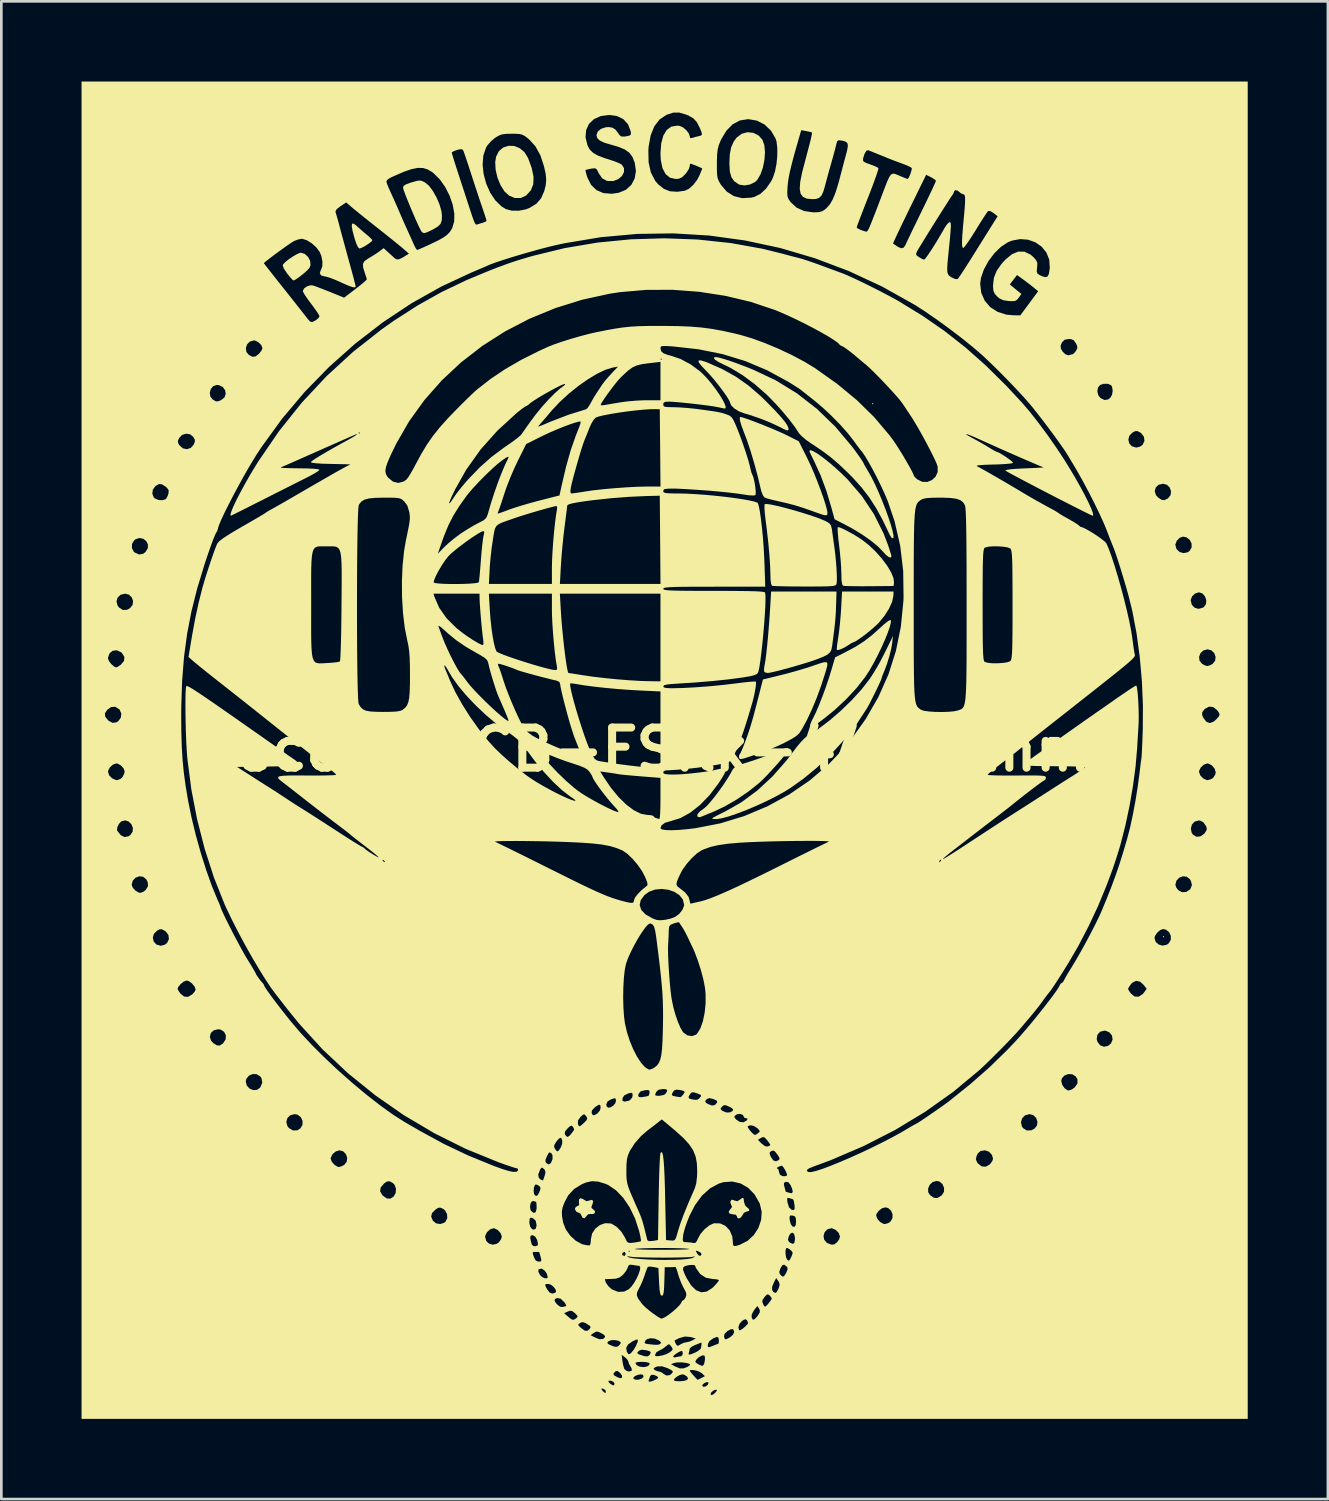
<source format=kicad_pcb>
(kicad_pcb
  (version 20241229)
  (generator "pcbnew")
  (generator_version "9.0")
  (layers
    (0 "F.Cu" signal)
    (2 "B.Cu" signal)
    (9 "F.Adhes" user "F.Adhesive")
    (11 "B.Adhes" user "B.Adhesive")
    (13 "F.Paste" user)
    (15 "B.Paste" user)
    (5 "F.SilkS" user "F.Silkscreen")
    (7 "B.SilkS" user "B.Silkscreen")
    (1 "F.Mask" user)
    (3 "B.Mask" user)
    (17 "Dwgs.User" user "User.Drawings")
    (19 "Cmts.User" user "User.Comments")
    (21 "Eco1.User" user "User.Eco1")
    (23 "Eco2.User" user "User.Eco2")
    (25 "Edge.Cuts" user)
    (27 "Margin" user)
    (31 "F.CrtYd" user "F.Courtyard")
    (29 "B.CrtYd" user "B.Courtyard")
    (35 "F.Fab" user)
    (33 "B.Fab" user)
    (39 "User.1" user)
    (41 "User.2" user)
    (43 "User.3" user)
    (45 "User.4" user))
  (footprint "scout_PCB-FSilk-44x50mm"
    (layer "F.Cu")
    (at 21.809 24.984)
    (property "Reference" "scout_PCB-FSilk-44x50mm" (at 0 0 0) (layer "F.SilkS") (effects (font (size 1.5 1.5) (thickness 0.3))))
    (attr board_only exclude_from_pos_files exclude_from_bom)
    (fp_poly (pts (xy 7.807 -12.934) (xy 7.781 -12.908) (xy 7.755 -12.934) (xy 7.781 -12.96)) (stroke (width 0) (type solid)) (fill yes) (layer "F.SilkS"))
    (fp_poly (pts (xy 18.686 7.001) (xy 18.66 7.027) (xy 18.634 7.001) (xy 18.66 6.975)) (stroke (width 0) (type solid)) (fill yes) (layer "F.SilkS"))
    (fp_poly (pts (xy -11.543 -19.607) (xy -11.49 -19.557) (xy -11.376 -19.455) (xy -11.227 -19.326) (xy -11.149 -19.262) (xy -11.028 -19.157) (xy -10.948 -19.076) (xy -10.93 -19.048) (xy -10.971 -18.996) (xy -11.072 -18.919) (xy -11.201 -18.836) (xy -11.325 -18.769) (xy -11.41 -18.738) (xy -11.416 -18.738) (xy -11.468 -18.787) (xy -11.533 -18.924) (xy -11.599 -19.124) (xy -11.671 -19.393) (xy -11.703 -19.572) (xy -11.693 -19.663) (xy -11.64 -19.673)) (stroke (width 0) (type solid)) (fill yes) (layer "F.SilkS"))
    (fp_poly (pts (xy -5.63 -22.574) (xy -5.426 -22.495) (xy -5.246 -22.347) (xy -5.112 -22.132) (xy -4.969 -21.743) (xy -4.903 -21.416) (xy -4.913 -21.145) (xy -5.001 -20.92) (xy -5.167 -20.735) (xy -5.185 -20.72) (xy -5.381 -20.628) (xy -5.603 -20.628) (xy -5.812 -20.713) (xy -5.987 -20.871) (xy -6.136 -21.105) (xy -6.251 -21.384) (xy -6.321 -21.681) (xy -6.337 -21.968) (xy -6.304 -22.174) (xy -6.197 -22.382) (xy -6.036 -22.518) (xy -5.84 -22.581)) (stroke (width 0) (type solid)) (fill yes) (layer "F.SilkS"))
    (fp_poly (pts (xy -13.459 -18.537) (xy -13.337 -18.424) (xy -13.259 -18.274) (xy -13.245 -18.117) (xy -13.285 -18.013) (xy -13.363 -17.927) (xy -13.485 -17.817) (xy -13.626 -17.704) (xy -13.759 -17.608) (xy -13.855 -17.551) (xy -13.881 -17.544) (xy -13.932 -17.583) (xy -14.024 -17.685) (xy -14.12 -17.805) (xy -14.242 -17.987) (xy -14.283 -18.107) (xy -14.275 -18.138) (xy -14.198 -18.225) (xy -14.063 -18.334) (xy -13.902 -18.443) (xy -13.748 -18.531) (xy -13.631 -18.579) (xy -13.608 -18.582)) (stroke (width 0) (type solid)) (fill yes) (layer "F.SilkS"))
    (fp_poly (pts (xy 3.323 -23.064) (xy 3.522 -22.96) (xy 3.659 -22.802) (xy 3.73 -22.6) (xy 3.753 -22.342) (xy 3.733 -22.055) (xy 3.676 -21.769) (xy 3.585 -21.511) (xy 3.466 -21.309) (xy 3.382 -21.227) (xy 3.195 -21.134) (xy 2.986 -21.099) (xy 2.798 -21.127) (xy 2.764 -21.143) (xy 2.601 -21.258) (xy 2.496 -21.41) (xy 2.439 -21.619) (xy 2.422 -21.906) (xy 2.422 -21.93) (xy 2.438 -22.268) (xy 2.49 -22.531) (xy 2.585 -22.741) (xy 2.695 -22.889) (xy 2.884 -23.031) (xy 3.102 -23.089)) (stroke (width 0) (type solid)) (fill yes) (layer "F.SilkS"))
    (fp_poly (pts (xy -3.039 16.821) (xy -3.02 16.837) (xy -2.921 16.895) (xy -2.818 16.868) (xy -2.716 16.842) (xy -2.673 16.893) (xy -2.699 17.006) (xy -2.71 17.027) (xy -2.743 17.121) (xy -2.702 17.177) (xy -2.686 17.186) (xy -2.607 17.264) (xy -2.609 17.338) (xy -2.684 17.375) (xy -2.734 17.371) (xy -2.858 17.38) (xy -2.918 17.443) (xy -2.995 17.529) (xy -3.066 17.518) (xy -3.108 17.436) (xy -3.156 17.352) (xy -3.197 17.332) (xy -3.295 17.293) (xy -3.351 17.205) (xy -3.348 17.144) (xy -3.28 17.079) (xy -3.247 17.072) (xy -3.197 17.038) (xy -3.204 16.948) (xy -3.204 16.827) (xy -3.142 16.78)) (stroke (width 0) (type solid)) (fill yes) (layer "F.SilkS"))
    (fp_poly (pts (xy 2.953 16.787) (xy 2.967 16.898) (xy 2.967 16.903) (xy 3.007 17.047) (xy 3.071 17.112) (xy 3.16 17.192) (xy 3.16 17.255) (xy 3.073 17.28) (xy 3.07 17.28) (xy 2.966 17.328) (xy 2.915 17.41) (xy 2.853 17.502) (xy 2.776 17.54) (xy 2.719 17.514) (xy 2.707 17.462) (xy 2.66 17.401) (xy 2.55 17.384) (xy 2.428 17.357) (xy 2.395 17.285) (xy 2.459 17.188) (xy 2.473 17.176) (xy 2.523 17.103) (xy 2.493 17.04) (xy 2.458 16.937) (xy 2.466 16.888) (xy 2.508 16.836) (xy 2.59 16.858) (xy 2.606 16.866) (xy 2.713 16.895) (xy 2.806 16.842) (xy 2.904 16.77)) (stroke (width 0) (type solid)) (fill yes) (layer "F.SilkS"))
    (fp_poly (pts (xy 8.554 -5.736) (xy 8.507 -5.522) (xy 8.393 -5.27) (xy 8.226 -5.006) (xy 8.022 -4.756) (xy 7.967 -4.699) (xy 7.818 -4.561) (xy 7.641 -4.411) (xy 7.455 -4.265) (xy 7.282 -4.139) (xy 7.142 -4.048) (xy 7.057 -4.008) (xy 7.051 -4.008) (xy 6.989 -3.98) (xy 6.884 -3.914) (xy 6.872 -3.905) (xy 6.728 -3.816) (xy 6.587 -3.75) (xy 6.479 -3.719) (xy 6.441 -3.726) (xy 6.439 -3.784) (xy 6.452 -3.92) (xy 6.48 -4.106) (xy 6.49 -4.17) (xy 6.523 -4.397) (xy 6.555 -4.687) (xy 6.583 -5) (xy 6.6 -5.249) (xy 6.636 -5.908) (xy 7.599 -5.908) (xy 8.562 -5.908)) (stroke (width 0) (type solid)) (fill yes) (layer "F.SilkS"))
    (fp_poly (pts (xy 6.537 -8.309) (xy 6.664 -8.258) (xy 6.837 -8.171) (xy 7.036 -8.062) (xy 7.239 -7.939) (xy 7.39 -7.839) (xy 7.65 -7.635) (xy 7.9 -7.395) (xy 8.128 -7.137) (xy 8.323 -6.875) (xy 8.471 -6.627) (xy 8.56 -6.409) (xy 8.579 -6.239) (xy 8.562 -6.116) (xy 7.651 -6.108) (xy 7.351 -6.107) (xy 7.084 -6.109) (xy 6.87 -6.113) (xy 6.727 -6.119) (xy 6.675 -6.125) (xy 6.638 -6.188) (xy 6.616 -6.342) (xy 6.61 -6.564) (xy 6.603 -6.786) (xy 6.584 -7.072) (xy 6.555 -7.382) (xy 6.527 -7.629) (xy 6.497 -7.879) (xy 6.478 -8.09) (xy 6.47 -8.242) (xy 6.475 -8.314) (xy 6.477 -8.316)) (stroke (width 0) (type solid)) (fill yes) (layer "F.SilkS"))
    (fp_poly (pts (xy -9.091 -21.27) (xy -8.993 -21.225) (xy -8.959 -21.207) (xy -8.815 -21.087) (xy -8.668 -20.891) (xy -8.531 -20.649) (xy -8.42 -20.388) (xy -8.348 -20.136) (xy -8.328 -19.957) (xy -8.338 -19.786) (xy -8.381 -19.664) (xy -8.477 -19.565) (xy -8.643 -19.465) (xy -8.729 -19.42) (xy -8.892 -19.344) (xy -8.991 -19.316) (xy -9.054 -19.334) (xy -9.094 -19.375) (xy -9.141 -19.459) (xy -9.217 -19.615) (xy -9.311 -19.823) (xy -9.415 -20.063) (xy -9.521 -20.313) (xy -9.619 -20.554) (xy -9.702 -20.764) (xy -9.76 -20.923) (xy -9.785 -21.01) (xy -9.785 -21.015) (xy -9.761 -21.08) (xy -9.677 -21.137) (xy -9.513 -21.198) (xy -9.467 -21.212) (xy -9.291 -21.263) (xy -9.178 -21.282)) (stroke (width 0) (type solid)) (fill yes) (layer "F.SilkS"))
    (fp_poly (pts (xy 5.548 -11.165) (xy 5.699 -11.078) (xy 5.891 -10.943) (xy 6.112 -10.771) (xy 6.352 -10.568) (xy 6.597 -10.344) (xy 6.838 -10.108) (xy 6.843 -10.102) (xy 7.376 -9.483) (xy 7.827 -8.806) (xy 8.189 -8.082) (xy 8.354 -7.652) (xy 8.416 -7.464) (xy 8.462 -7.315) (xy 8.483 -7.232) (xy 8.484 -7.226) (xy 8.454 -7.179) (xy 8.376 -7.203) (xy 8.269 -7.289) (xy 8.183 -7.385) (xy 7.986 -7.589) (xy 7.712 -7.814) (xy 7.383 -8.045) (xy 7.02 -8.265) (xy 6.834 -8.366) (xy 6.355 -8.614) (xy 6.242 -9.031) (xy 6.049 -9.677) (xy 5.834 -10.256) (xy 5.585 -10.8) (xy 5.565 -10.84) (xy 5.487 -10.998) (xy 5.432 -11.116) (xy 5.413 -11.165) (xy 5.449 -11.197)) (stroke (width 0) (type solid)) (fill yes) (layer "F.SilkS"))
    (fp_poly (pts (xy 6.413 -5.387) (xy 6.404 -5.158) (xy 6.391 -4.942) (xy 6.37 -4.716) (xy 6.341 -4.454) (xy 6.299 -4.132) (xy 6.263 -3.861) (xy 6.236 -3.731) (xy 6.185 -3.632) (xy 6.091 -3.551) (xy 5.938 -3.472) (xy 5.707 -3.38) (xy 5.645 -3.357) (xy 5.451 -3.291) (xy 5.206 -3.215) (xy 4.932 -3.133) (xy 4.649 -3.053) (xy 4.378 -2.98) (xy 4.142 -2.92) (xy 3.961 -2.879) (xy 3.857 -2.863) (xy 3.853 -2.863) (xy 3.755 -2.885) (xy 3.724 -2.911) (xy 3.716 -2.988) (xy 3.732 -3.124) (xy 3.744 -3.186) (xy 3.772 -3.349) (xy 3.804 -3.596) (xy 3.837 -3.911) (xy 3.871 -4.273) (xy 3.903 -4.665) (xy 3.932 -5.067) (xy 3.949 -5.335) (xy 3.982 -5.908) (xy 5.205 -5.908) (xy 6.428 -5.908)) (stroke (width 0) (type solid)) (fill yes) (layer "F.SilkS"))
    (fp_poly (pts (xy 1.5 -14.512) (xy 1.592 -14.477) (xy 2.165 -14.224) (xy 2.67 -13.943) (xy 3.136 -13.614) (xy 3.596 -13.216) (xy 3.802 -13.015) (xy 4.108 -12.703) (xy 4.339 -12.452) (xy 4.5 -12.257) (xy 4.596 -12.112) (xy 4.632 -12.011) (xy 4.632 -12.001) (xy 4.627 -11.95) (xy 4.599 -11.933) (xy 4.529 -11.953) (xy 4.399 -12.015) (xy 4.268 -12.082) (xy 3.946 -12.232) (xy 3.571 -12.381) (xy 3.189 -12.512) (xy 2.967 -12.577) (xy 2.772 -12.652) (xy 2.604 -12.758) (xy 2.487 -12.875) (xy 2.447 -12.976) (xy 2.414 -13.058) (xy 2.327 -13.201) (xy 2.2 -13.384) (xy 2.046 -13.589) (xy 1.879 -13.799) (xy 1.714 -13.993) (xy 1.565 -14.154) (xy 1.548 -14.171) (xy 1.37 -14.356) (xy 1.276 -14.481) (xy 1.266 -14.548) (xy 1.34 -14.557)) (stroke (width 0) (type solid)) (fill yes) (layer "F.SilkS"))
    (fp_poly (pts (xy 8.457 -4.842) (xy 8.462 -4.752) (xy 8.422 -4.588) (xy 8.345 -4.367) (xy 8.239 -4.103) (xy 8.11 -3.815) (xy 7.966 -3.517) (xy 7.814 -3.226) (xy 7.661 -2.959) (xy 7.515 -2.732) (xy 7.512 -2.727) (xy 7.187 -2.31) (xy 6.794 -1.886) (xy 6.361 -1.481) (xy 6.012 -1.197) (xy 5.796 -1.034) (xy 5.648 -0.927) (xy 5.553 -0.866) (xy 5.497 -0.843) (xy 5.464 -0.851) (xy 5.443 -0.879) (xy 5.45 -0.948) (xy 5.499 -1.071) (xy 5.541 -1.152) (xy 5.646 -1.364) (xy 5.77 -1.651) (xy 5.902 -1.987) (xy 6.034 -2.346) (xy 6.154 -2.704) (xy 6.225 -2.934) (xy 6.376 -3.447) (xy 6.74 -3.63) (xy 7.129 -3.838) (xy 7.453 -4.044) (xy 7.752 -4.274) (xy 8.035 -4.528) (xy 8.21 -4.687) (xy 8.348 -4.796) (xy 8.435 -4.845)) (stroke (width 0) (type solid)) (fill yes) (layer "F.SilkS"))
    (fp_poly (pts (xy 2.917 -12.42) (xy 3.075 -12.368) (xy 3.289 -12.29) (xy 3.539 -12.194) (xy 3.803 -12.089) (xy 4.062 -11.982) (xy 4.297 -11.881) (xy 4.485 -11.795) (xy 4.526 -11.775) (xy 5.017 -11.529) (xy 5.338 -10.889) (xy 5.46 -10.632) (xy 5.588 -10.336) (xy 5.715 -10.022) (xy 5.834 -9.708) (xy 5.938 -9.414) (xy 6.02 -9.158) (xy 6.073 -8.961) (xy 6.09 -8.848) (xy 6.083 -8.79) (xy 6.053 -8.761) (xy 5.982 -8.764) (xy 5.854 -8.8) (xy 5.653 -8.871) (xy 5.543 -8.911) (xy 5.178 -9.04) (xy 4.843 -9.143) (xy 4.489 -9.233) (xy 4.217 -9.294) (xy 4.017 -9.341) (xy 3.85 -9.386) (xy 3.748 -9.421) (xy 3.741 -9.424) (xy 3.68 -9.5) (xy 3.621 -9.644) (xy 3.595 -9.745) (xy 3.485 -10.211) (xy 3.355 -10.693) (xy 3.215 -11.161) (xy 3.074 -11.583) (xy 2.958 -11.887) (xy 2.871 -12.12) (xy 2.82 -12.298) (xy 2.81 -12.409) (xy 2.833 -12.44)) (stroke (width 0) (type solid)) (fill yes) (layer "F.SilkS"))
    (fp_poly (pts (xy 4.608 -0.052) (xy 4.632 -0.006) (xy 4.632 0.007) (xy 4.599 0.072) (xy 4.506 0.195) (xy 4.371 0.361) (xy 4.206 0.552) (xy 4.025 0.752) (xy 3.845 0.946) (xy 3.678 1.116) (xy 3.539 1.247) (xy 3.538 1.248) (xy 3.139 1.567) (xy 2.697 1.868) (xy 2.246 2.129) (xy 1.846 2.318) (xy 1.638 2.402) (xy 1.465 2.473) (xy 1.35 2.52) (xy 1.32 2.533) (xy 1.243 2.519) (xy 1.22 2.493) (xy 1.23 2.416) (xy 1.325 2.311) (xy 1.48 2.197) (xy 1.579 2.11) (xy 1.718 1.954) (xy 1.881 1.752) (xy 2.054 1.522) (xy 2.222 1.285) (xy 2.368 1.062) (xy 2.479 0.873) (xy 2.49 0.851) (xy 2.539 0.76) (xy 2.592 0.692) (xy 2.668 0.637) (xy 2.786 0.584) (xy 2.966 0.521) (xy 3.212 0.443) (xy 3.496 0.349) (xy 3.786 0.245) (xy 4.044 0.145) (xy 4.199 0.078) (xy 4.407 -0.012) (xy 4.538 -0.055)) (stroke (width 0) (type solid)) (fill yes) (layer "F.SilkS"))
    (fp_poly (pts (xy 6.087 -3.229) (xy 6.081 -3.132) (xy 6.04 -2.974) (xy 6.011 -2.876) (xy 5.861 -2.408) (xy 5.691 -1.942) (xy 5.508 -1.5) (xy 5.322 -1.104) (xy 5.143 -0.774) (xy 5.037 -0.61) (xy 4.931 -0.511) (xy 4.742 -0.39) (xy 4.486 -0.254) (xy 4.181 -0.111) (xy 3.842 0.03) (xy 3.487 0.162) (xy 3.409 0.188) (xy 3.162 0.271) (xy 2.996 0.324) (xy 2.894 0.351) (xy 2.836 0.355) (xy 2.805 0.341) (xy 2.784 0.311) (xy 2.783 0.31) (xy 2.781 0.227) (xy 2.8 0.193) (xy 2.851 0.102) (xy 2.924 -0.065) (xy 3.01 -0.284) (xy 3.1 -0.532) (xy 3.185 -0.785) (xy 3.216 -0.885) (xy 3.258 -1.025) (xy 3.301 -1.172) (xy 3.347 -1.342) (xy 3.403 -1.554) (xy 3.473 -1.824) (xy 3.562 -2.171) (xy 3.604 -2.338) (xy 3.676 -2.62) (xy 4.349 -2.785) (xy 4.657 -2.864) (xy 4.981 -2.955) (xy 5.281 -3.045) (xy 5.494 -3.114) (xy 5.759 -3.206) (xy 5.938 -3.26) (xy 6.043 -3.269)) (stroke (width 0) (type solid)) (fill yes) (layer "F.SilkS"))
    (fp_poly (pts (xy 3.964 -9.164) (xy 4.179 -9.119) (xy 4.441 -9.055) (xy 4.732 -8.977) (xy 5.035 -8.889) (xy 5.333 -8.797) (xy 5.609 -8.706) (xy 5.845 -8.619) (xy 6.024 -8.542) (xy 6.043 -8.533) (xy 6.161 -8.461) (xy 6.224 -8.374) (xy 6.257 -8.234) (xy 6.263 -8.188) (xy 6.289 -7.995) (xy 6.322 -7.76) (xy 6.345 -7.599) (xy 6.379 -7.333) (xy 6.407 -7.049) (xy 6.428 -6.772) (xy 6.44 -6.524) (xy 6.442 -6.329) (xy 6.433 -6.211) (xy 6.43 -6.2) (xy 6.415 -6.166) (xy 6.384 -6.141) (xy 6.325 -6.123) (xy 6.225 -6.111) (xy 6.07 -6.103) (xy 5.848 -6.099) (xy 5.545 -6.097) (xy 5.242 -6.097) (xy 4.903 -6.098) (xy 4.597 -6.102) (xy 4.34 -6.107) (xy 4.149 -6.113) (xy 4.039 -6.12) (xy 4.021 -6.124) (xy 3.982 -6.19) (xy 3.961 -6.353) (xy 3.956 -6.547) (xy 3.946 -6.867) (xy 3.919 -7.269) (xy 3.877 -7.734) (xy 3.82 -8.242) (xy 3.772 -8.614) (xy 3.747 -8.837) (xy 3.734 -9.021) (xy 3.735 -9.143) (xy 3.744 -9.177) (xy 3.814 -9.185)) (stroke (width 0) (type solid)) (fill yes) (layer "F.SilkS"))
    (fp_poly (pts (xy 2.035 -14.658) (xy 2.228 -14.604) (xy 2.484 -14.52) (xy 2.785 -14.412) (xy 3.115 -14.286) (xy 3.311 -14.207) (xy 4.159 -13.807) (xy 4.956 -13.316) (xy 5.699 -12.737) (xy 6.387 -12.072) (xy 7.016 -11.323) (xy 7.076 -11.243) (xy 7.215 -11.052) (xy 7.331 -10.886) (xy 7.409 -10.767) (xy 7.433 -10.722) (xy 7.476 -10.637) (xy 7.555 -10.499) (xy 7.625 -10.384) (xy 7.742 -10.176) (xy 7.87 -9.918) (xy 8.002 -9.625) (xy 8.133 -9.313) (xy 8.256 -8.998) (xy 8.366 -8.695) (xy 8.457 -8.419) (xy 8.523 -8.187) (xy 8.559 -8.015) (xy 8.558 -7.917) (xy 8.551 -7.906) (xy 8.496 -7.909) (xy 8.426 -8.016) (xy 8.409 -8.052) (xy 8.156 -8.58) (xy 7.91 -9.03) (xy 7.655 -9.426) (xy 7.374 -9.792) (xy 7.052 -10.151) (xy 6.837 -10.367) (xy 6.528 -10.661) (xy 6.247 -10.904) (xy 5.958 -11.125) (xy 5.626 -11.353) (xy 5.475 -11.451) (xy 5.291 -11.58) (xy 5.133 -11.713) (xy 5.031 -11.823) (xy 5.019 -11.841) (xy 4.87 -12.066) (xy 4.664 -12.338) (xy 4.42 -12.632) (xy 4.157 -12.927) (xy 3.894 -13.198) (xy 3.818 -13.273) (xy 3.372 -13.663) (xy 2.913 -14.003) (xy 2.463 -14.275) (xy 2.206 -14.4) (xy 2.015 -14.494) (xy 1.89 -14.576) (xy 1.84 -14.639) (xy 1.874 -14.674) (xy 1.922 -14.678)) (stroke (width 0) (type solid)) (fill yes) (layer "F.SilkS"))
    (fp_poly (pts (xy 8.511 -3.982) (xy 8.471 -3.752) (xy 8.399 -3.47) (xy 8.308 -3.178) (xy 8.21 -2.919) (xy 8.193 -2.881) (xy 8.143 -2.76) (xy 8.12 -2.683) (xy 8.12 -2.679) (xy 8.098 -2.615) (xy 8.039 -2.481) (xy 7.954 -2.3) (xy 7.855 -2.095) (xy 7.752 -1.89) (xy 7.658 -1.706) (xy 7.582 -1.567) (xy 7.547 -1.51) (xy 7.467 -1.388) (xy 7.362 -1.228) (xy 7.308 -1.145) (xy 7.216 -1.003) (xy 7.145 -0.895) (xy 7.12 -0.859) (xy 7.075 -0.802) (xy 6.975 -0.682) (xy 6.835 -0.514) (xy 6.665 -0.314) (xy 6.598 -0.234) (xy 6.176 0.224) (xy 5.702 0.671) (xy 5.204 1.082) (xy 4.71 1.435) (xy 4.485 1.575) (xy 4.16 1.755) (xy 3.802 1.934) (xy 3.428 2.106) (xy 3.056 2.263) (xy 2.704 2.398) (xy 2.389 2.504) (xy 2.13 2.574) (xy 1.943 2.601) (xy 1.939 2.601) (xy 1.824 2.596) (xy 1.77 2.58) (xy 1.77 2.579) (xy 1.814 2.548) (xy 1.932 2.483) (xy 2.105 2.395) (xy 2.255 2.322) (xy 2.87 1.974) (xy 3.467 1.532) (xy 4.034 1.007) (xy 4.559 0.409) (xy 4.783 0.112) (xy 4.947 -0.104) (xy 5.106 -0.291) (xy 5.24 -0.429) (xy 5.318 -0.49) (xy 5.732 -0.756) (xy 6.166 -1.085) (xy 6.597 -1.457) (xy 7.004 -1.852) (xy 7.366 -2.249) (xy 7.661 -2.629) (xy 7.731 -2.734) (xy 7.846 -2.915) (xy 7.948 -3.085) (xy 8.049 -3.263) (xy 8.159 -3.473) (xy 8.29 -3.735) (xy 8.45 -4.06) (xy 8.539 -4.242)) (stroke (width 0) (type solid)) (fill yes) (layer "F.SilkS"))
    (fp_poly (pts (xy 21.809 0.026) (xy 21.809 25.036) (xy 0 25.036) (xy -21.809 25.036) (xy -21.809 24.109) (xy 1.718 24.109) (xy 1.747 24.15) (xy 1.823 24.118) (xy 1.9 24.047) (xy 1.957 23.971) (xy 1.94 23.944) (xy 1.918 23.943) (xy 1.819 23.978) (xy 1.737 24.055) (xy 1.718 24.109) (xy -21.809 24.109) (xy -21.809 23.916) (xy -2.368 23.916) (xy -2.313 23.998) (xy -2.313 23.999) (xy -2.232 24.064) (xy -2.194 24.045) (xy -2.213 23.967) (xy -2.245 23.937) (xy -2.342 23.892) (xy -2.368 23.916) (xy -21.809 23.916) (xy -21.809 23.788) (xy 1.405 23.788) (xy 1.442 23.834) (xy 1.522 23.827) (xy 1.604 23.772) (xy 1.607 23.769) (xy 1.641 23.694) (xy 1.632 23.666) (xy 1.566 23.661) (xy 1.476 23.703) (xy 1.412 23.764) (xy 1.405 23.788) (xy -21.809 23.788) (xy -21.809 23.618) (xy -2.104 23.618) (xy -2.091 23.664) (xy -2.025 23.728) (xy -1.946 23.776) (xy -1.913 23.785) (xy -1.877 23.745) (xy -1.874 23.714) (xy -1.916 23.65) (xy -1.96 23.629) (xy -0.604 23.629) (xy -0.545 23.646) (xy -0.417 23.606) (xy -0.382 23.59) (xy -0.372 23.584) (xy 0.343 23.584) (xy 0.349 23.597) (xy 0.428 23.623) (xy 0.563 23.629) (xy 0.708 23.617) (xy 0.817 23.588) (xy 0.829 23.581) (xy 0.877 23.529) (xy 0.841 23.458) (xy 0.836 23.452) (xy 0.731 23.383) (xy 0.665 23.37) (xy 0.568 23.395) (xy 0.46 23.454) (xy 0.375 23.525) (xy 0.343 23.584) (xy -0.372 23.584) (xy -0.27 23.531) (xy -0.241 23.49) (xy -0.283 23.445) (xy -0.295 23.435) (xy -0.403 23.388) (xy -0.5 23.391) (xy -0.547 23.443) (xy -0.547 23.449) (xy -0.574 23.538) (xy -0.585 23.558) (xy -0.604 23.629) (xy -1.96 23.629) (xy -2.008 23.607) (xy -2.092 23.609) (xy -2.104 23.618) (xy -21.809 23.618) (xy -21.809 23.345) (xy -1.918 23.345) (xy -1.893 23.405) (xy -1.809 23.455) (xy -1.688 23.509) (xy -1.625 23.513) (xy -1.614 23.502) (xy -1.172 23.502) (xy -1.168 23.532) (xy -1.09 23.572) (xy -0.971 23.569) (xy -0.855 23.531) (xy -0.792 23.467) (xy -0.79 23.461) (xy -0.809 23.387) (xy -0.884 23.37) (xy -1.014 23.391) (xy -1.12 23.441) (xy -1.172 23.502) (xy -1.614 23.502) (xy -1.589 23.476) (xy -1.599 23.408) (xy -1.667 23.316) (xy -1.759 23.245) (xy -1.829 23.253) (xy -1.851 23.269) (xy -1.918 23.345) (xy -21.809 23.345) (xy -21.809 22.641) (xy -1.608 22.641) (xy -1.582 22.858) (xy -1.553 23.02) (xy -1.514 23.15) (xy -1.505 23.171) (xy -1.424 23.243) (xy -1.318 23.266) (xy -1.234 23.23) (xy -1.228 23.222) (xy -1.233 23.16) (xy -0.416 23.16) (xy -0.375 23.206) (xy -0.364 23.213) (xy -0.249 23.259) (xy -0.202 23.265) (xy -0.098 23.303) (xy -0.052 23.344) (xy 0.064 23.415) (xy 0.193 23.398) (xy 0.261 23.343) (xy 0.303 23.286) (xy 0.298 23.246) (xy 0.284 23.237) (xy 0.937 23.237) (xy 0.968 23.281) (xy 1.042 23.369) (xy 1.131 23.47) (xy 1.208 23.551) (xy 1.23 23.572) (xy 1.276 23.556) (xy 1.372 23.508) (xy 1.507 23.438) (xy 1.388 23.326) (xy 1.294 23.269) (xy 1.168 23.227) (xy 1.043 23.206) (xy 0.957 23.213) (xy 0.937 23.237) (xy 0.284 23.237) (xy 0.23 23.199) (xy 0.12 23.142) (xy -0.098 23.068) (xy -0.287 23.075) (xy -0.364 23.111) (xy -0.416 23.16) (xy -1.233 23.16) (xy -1.234 23.151) (xy -1.275 23.078) (xy -1.336 22.968) (xy -1.343 22.943) (xy -1.093 22.943) (xy -1.048 23.026) (xy -0.938 23.08) (xy -0.797 23.1) (xy -0.663 23.077) (xy -0.593 23.034) (xy -0.564 22.99) (xy 0.237 22.99) (xy 0.392 23.074) (xy 0.566 23.147) (xy 0.715 23.146) (xy 0.857 23.089) (xy 0.94 23.031) (xy 0.951 22.989) (xy 0.949 22.987) (xy 0.826 22.946) (xy 0.652 22.923) (xy 0.477 22.922) (xy 0.366 22.942) (xy 0.237 22.99) (xy -0.564 22.99) (xy -0.551 22.972) (xy -0.599 22.935) (xy -0.604 22.933) (xy -0.71 22.91) (xy -0.828 22.904) (xy 1.145 22.904) (xy 1.186 22.946) (xy 1.278 23.002) (xy 1.376 23.045) (xy 1.413 23.054) (xy 1.457 23.016) (xy 1.478 22.975) (xy 1.503 22.859) (xy 1.509 22.764) (xy 1.495 22.672) (xy 1.433 22.659) (xy 1.392 22.669) (xy 1.275 22.731) (xy 1.18 22.824) (xy 1.145 22.904) (xy -0.828 22.904) (xy -0.849 22.902) (xy -0.983 22.908) (xy -1.074 22.926) (xy -1.093 22.943) (xy -1.343 22.943) (xy -1.353 22.902) (xy -1.395 22.817) (xy -1.482 22.732) (xy -1.505 22.715) (xy 0.316 22.715) (xy 0.359 22.738) (xy 0.429 22.726) (xy 0.55 22.701) (xy 0.612 22.694) (xy 0.664 22.65) (xy 0.669 22.625) (xy 0.894 22.625) (xy 0.953 22.627) (xy 0.994 22.616) (xy 1.14 22.557) (xy 1.236 22.505) (xy 1.325 22.437) (xy 1.357 22.393) (xy 1.37 22.314) (xy 1.374 22.291) (xy 1.614 22.291) (xy 1.622 22.346) (xy 1.665 22.354) (xy 1.771 22.317) (xy 1.802 22.304) (xy 1.927 22.254) (xy 2.003 22.227) (xy 2.01 22.225) (xy 2.025 22.18) (xy 2.03 22.095) (xy 2.011 21.993) (xy 1.946 21.971) (xy 1.819 22.024) (xy 1.808 22.03) (xy 1.674 22.127) (xy 1.619 22.235) (xy 1.614 22.291) (xy 1.374 22.291) (xy 1.379 22.261) (xy 1.379 22.191) (xy 1.362 22.183) (xy 1.295 22.211) (xy 1.171 22.26) (xy 1.132 22.275) (xy 1.009 22.337) (xy 0.941 22.398) (xy 0.937 22.413) (xy 0.919 22.515) (xy 0.903 22.565) (xy 0.894 22.625) (xy 0.669 22.625) (xy 0.677 22.589) (xy 0.668 22.51) (xy 0.626 22.493) (xy 0.53 22.536) (xy 0.463 22.575) (xy 0.352 22.656) (xy 0.316 22.715) (xy -1.505 22.715) (xy -1.608 22.641) (xy -21.809 22.641) (xy -21.809 22.376) (xy -1.439 22.376) (xy -1.416 22.516) (xy -1.404 22.54) (xy -1.353 22.615) (xy -1.299 22.606) (xy -1.254 22.568) (xy -1.026 22.568) (xy -0.992 22.608) (xy -0.933 22.633) (xy -0.749 22.692) (xy -0.633 22.696) (xy -0.584 22.661) (xy -0.364 22.661) (xy -0.321 22.689) (xy -0.214 22.687) (xy -0.073 22.659) (xy 0.068 22.613) (xy 0.176 22.556) (xy 0.277 22.476) (xy 0.301 22.418) (xy 0.258 22.341) (xy 0.236 22.311) (xy 0.18 22.249) (xy 0.127 22.254) (xy 0.046 22.323) (xy -0.075 22.415) (xy -0.178 22.466) (xy -0.309 22.543) (xy -0.363 22.655) (xy -0.364 22.661) (xy -0.584 22.661) (xy -0.562 22.645) (xy -0.544 22.617) (xy -0.52 22.547) (xy -0.556 22.506) (xy -0.672 22.473) (xy -0.694 22.468) (xy -0.848 22.449) (xy -0.945 22.477) (xy -0.979 22.505) (xy -1.026 22.568) (xy -1.254 22.568) (xy -1.249 22.563) (xy -1.16 22.455) (xy -1.075 22.313) (xy -1.071 22.303) (xy -1.022 22.188) (xy -0.751 22.188) (xy -0.708 22.223) (xy -0.612 22.239) (xy -0.411 22.261) (xy -0.285 22.266) (xy -0.206 22.252) (xy -0.164 22.231) (xy -0.131 22.186) (xy -0.181 22.126) (xy -0.214 22.102) (xy 0.373 22.102) (xy 0.381 22.149) (xy 0.415 22.222) (xy 0.466 22.296) (xy 0.527 22.291) (xy 0.587 22.252) (xy 0.714 22.19) (xy 0.805 22.171) (xy 0.931 22.145) (xy 1.039 22.098) (xy 1.167 22.028) (xy 0.969 21.973) (xy 0.819 21.96) (xy 2.222 21.96) (xy 2.223 21.965) (xy 2.249 22.042) (xy 2.292 22.061) (xy 2.378 22.022) (xy 2.451 21.98) (xy 2.562 21.882) (xy 2.603 21.775) (xy 2.565 21.689) (xy 2.55 21.678) (xy 2.477 21.684) (xy 2.366 21.74) (xy 2.347 21.753) (xy 2.239 21.858) (xy 2.222 21.96) (xy 0.819 21.96) (xy 0.762 21.955) (xy 0.536 22.018) (xy 0.373 22.102) (xy -0.214 22.102) (xy -0.214 22.102) (xy -0.369 22.033) (xy -0.532 22.019) (xy -0.668 22.058) (xy -0.727 22.118) (xy -0.751 22.188) (xy -1.022 22.188) (xy -1.006 22.149) (xy -1.003 22.074) (xy -1.066 22.073) (xy -1.197 22.133) (xy -1.367 22.251) (xy -1.439 22.376) (xy -21.809 22.376) (xy -21.809 22.191) (xy -2.144 22.191) (xy -2.117 22.234) (xy -2.008 22.285) (xy -1.99 22.293) (xy -1.858 22.339) (xy -1.778 22.339) (xy -1.708 22.293) (xy -1.706 22.291) (xy -1.646 22.213) (xy -1.643 22.168) (xy -1.727 22.114) (xy -1.864 22.088) (xy -2.006 22.094) (xy -2.105 22.136) (xy -2.105 22.136) (xy -2.144 22.191) (xy -21.809 22.191) (xy -21.809 21.904) (xy -2.769 21.904) (xy -2.621 21.984) (xy -2.437 22.057) (xy -2.305 22.047) (xy -2.245 21.999) (xy -2.226 21.941) (xy -2.283 21.881) (xy -2.361 21.835) (xy -2.483 21.777) (xy -2.563 21.773) (xy -2.649 21.82) (xy -2.653 21.822) (xy -2.769 21.904) (xy -21.809 21.904) (xy -21.809 21.498) (xy -3.227 21.498) (xy -3.221 21.544) (xy -3.142 21.621) (xy -3.129 21.633) (xy -2.997 21.73) (xy -2.899 21.746) (xy -2.814 21.682) (xy -2.807 21.675) (xy -2.772 21.611) (xy 2.758 21.611) (xy 2.788 21.716) (xy 2.794 21.723) (xy 2.846 21.711) (xy 2.936 21.649) (xy 3.033 21.565) (xy 3.105 21.486) (xy 3.122 21.448) (xy 3.097 21.383) (xy 3.076 21.346) (xy 3.029 21.307) (xy 2.956 21.332) (xy 2.896 21.372) (xy 2.798 21.483) (xy 2.758 21.611) (xy -2.772 21.611) (xy -2.766 21.6) (xy -2.809 21.546) (xy -2.814 21.543) (xy -2.96 21.452) (xy -3.056 21.418) (xy -3.132 21.432) (xy -3.167 21.451) (xy -3.227 21.498) (xy -21.809 21.498) (xy -21.809 21.083) (xy -3.76 21.083) (xy -3.611 21.212) (xy -3.499 21.303) (xy -3.429 21.333) (xy -3.364 21.31) (xy -3.312 21.274) (xy -3.258 21.223) (xy -3.269 21.171) (xy -3.351 21.086) (xy -3.354 21.083) (xy -3.456 21.002) (xy -3.54 20.991) (xy -3.623 21.021) (xy -3.76 21.083) (xy -21.809 21.083) (xy -21.809 20.61) (xy -4.118 20.61) (xy -4.072 20.697) (xy -3.989 20.784) (xy -3.895 20.843) (xy -3.819 20.851) (xy -3.718 20.823) (xy -3.687 20.82) (xy -3.682 20.785) (xy -3.733 20.698) (xy -3.757 20.666) (xy -3.888 20.542) (xy -4.013 20.515) (xy -4.1 20.551) (xy -4.118 20.61) (xy -21.809 20.61) (xy -21.809 20.405) (xy -1.043 20.405) (xy -0.999 20.523) (xy -0.89 20.676) (xy -0.82 20.762) (xy -0.721 20.861) (xy -0.58 20.98) (xy -0.422 21.101) (xy -0.273 21.204) (xy -0.159 21.271) (xy -0.112 21.286) (xy -0.045 21.261) (xy -0.000004 21.238) (xy 3.254 21.238) (xy 3.293 21.319) (xy 3.346 21.321) (xy 3.43 21.241) (xy 3.477 21.183) (xy 3.554 21.065) (xy 3.561 20.976) (xy 3.54 20.925) (xy 3.491 20.843) (xy 3.469 20.82) (xy 3.432 20.857) (xy 3.359 20.95) (xy 3.338 20.978) (xy 3.257 21.131) (xy 3.254 21.238) (xy -0.000004 21.238) (xy 0.032 21.221) (xy 0.166 21.131) (xy 0.316 21.012) (xy 0.457 20.885) (xy 0.567 20.771) (xy 0.622 20.693) (xy 0.625 20.681) (xy 0.635 20.661) (xy 3.652 20.661) (xy 3.696 20.768) (xy 3.698 20.772) (xy 3.738 20.832) (xy 3.781 20.828) (xy 3.855 20.752) (xy 3.88 20.722) (xy 3.963 20.616) (xy 4.006 20.543) (xy 4.008 20.535) (xy 3.975 20.474) (xy 3.929 20.421) (xy 3.865 20.375) (xy 3.807 20.4) (xy 3.748 20.464) (xy 3.667 20.576) (xy 3.652 20.661) (xy 0.635 20.661) (xy 0.656 20.618) (xy 0.678 20.611) (xy 0.737 20.569) (xy 0.788 20.487) (xy 0.813 20.394) (xy 0.792 20.291) (xy 0.716 20.144) (xy 0.71 20.135) (xy 0.617 19.944) (xy 0.533 19.72) (xy 0.503 19.621) (xy 0.459 19.469) (xy 0.454 19.458) (xy 0.689 19.458) (xy 0.741 19.603) (xy 0.82 19.766) (xy 0.992 20.045) (xy 1.176 20.223) (xy 1.37 20.3) (xy 1.571 20.275) (xy 1.67 20.213) (xy 4.02 20.213) (xy 4.068 20.287) (xy 4.136 20.327) (xy 4.195 20.288) (xy 4.261 20.159) (xy 4.266 20.147) (xy 4.303 20.02) (xy 4.278 19.923) (xy 4.251 19.88) (xy 4.172 19.768) (xy 4.09 19.927) (xy 4.02 20.095) (xy 4.02 20.213) (xy 1.67 20.213) (xy 1.775 20.146) (xy 1.828 20.097) (xy 1.94 19.978) (xy 2.013 19.885) (xy 2.03 19.85) (xy 1.983 19.823) (xy 1.866 19.807) (xy 1.8 19.805) (xy 1.543 19.757) (xy 1.331 19.619) (xy 1.27 19.533) (xy 4.288 19.533) (xy 4.304 19.611) (xy 4.329 19.645) (xy 4.406 19.712) (xy 4.465 19.7) (xy 4.532 19.6) (xy 4.549 19.565) (xy 4.598 19.448) (xy 4.592 19.375) (xy 4.557 19.331) (xy 4.468 19.267) (xy 4.4 19.29) (xy 4.332 19.407) (xy 4.329 19.413) (xy 4.288 19.533) (xy 1.27 19.533) (xy 1.175 19.397) (xy 1.132 19.295) (xy 1.077 19.277) (xy 0.956 19.28) (xy 0.897 19.288) (xy 0.764 19.319) (xy 0.696 19.369) (xy 0.689 19.458) (xy 0.454 19.458) (xy 0.419 19.371) (xy 0.397 19.349) (xy 0.327 19.358) (xy 0.201 19.362) (xy 0.184 19.362) (xy 0.004 19.362) (xy -0.011 19.896) (xy -0.021 20.143) (xy -0.035 20.303) (xy -0.057 20.392) (xy -0.089 20.427) (xy -0.104 20.429) (xy -0.142 20.409) (xy -0.169 20.338) (xy -0.189 20.199) (xy -0.205 19.976) (xy -0.208 19.911) (xy -0.234 19.392) (xy -0.416 19.355) (xy -0.545 19.339) (xy -0.625 19.349) (xy -0.63 19.353) (xy -0.662 19.419) (xy -0.711 19.551) (xy -0.752 19.675) (xy -0.827 19.878) (xy -0.917 20.077) (xy -0.962 20.161) (xy -1.028 20.293) (xy -1.043 20.405) (xy -21.809 20.405) (xy -21.809 20.034) (xy -4.469 20.034) (xy -4.43 20.126) (xy -4.387 20.2) (xy -4.296 20.317) (xy -4.196 20.348) (xy -4.092 20.32) (xy -4.058 20.267) (xy -4.088 20.181) (xy -4.163 20.088) (xy -4.261 20.014) (xy -4.356 19.987) (xy -4.445 19.995) (xy -4.469 20.034) (xy -21.809 20.034) (xy -21.809 19.814) (xy -2.238 19.814) (xy -2.2 19.936) (xy -2.105 20.073) (xy -1.982 20.185) (xy -1.966 20.195) (xy -1.736 20.286) (xy -1.515 20.274) (xy -1.346 20.19) (xy -1.242 20.089) (xy -1.138 19.943) (xy -1.043 19.775) (xy -0.968 19.606) (xy -0.921 19.458) (xy -0.913 19.352) (xy -0.954 19.31) (xy -0.955 19.31) (xy -1.057 19.3) (xy -1.188 19.278) (xy -1.303 19.267) (xy -1.359 19.31) (xy -1.381 19.377) (xy -1.44 19.498) (xy -1.543 19.63) (xy -1.565 19.652) (xy -1.688 19.747) (xy -1.825 19.791) (xy -1.977 19.801) (xy -2.126 19.805) (xy -2.22 19.811) (xy -2.238 19.814) (xy -21.809 19.814) (xy -21.809 19.53) (xy -4.726 19.53) (xy -4.655 19.663) (xy -4.574 19.736) (xy -4.476 19.777) (xy -4.397 19.775) (xy -4.372 19.737) (xy -4.406 19.606) (xy -4.489 19.487) (xy -4.59 19.419) (xy -4.619 19.415) (xy -4.716 19.444) (xy -4.726 19.53) (xy -21.809 19.53) (xy -21.809 18.818) (xy -4.937 18.818) (xy -4.92 18.895) (xy -4.888 18.99) (xy -4.821 19.113) (xy -4.723 19.154) (xy -4.709 19.154) (xy -4.63 19.145) (xy -4.61 19.096) (xy -4.636 18.985) (xy -4.642 18.965) (xy -1.4 18.965) (xy -1.397 18.968) (xy -1.314 19.004) (xy -1.145 19.033) (xy -0.91 19.057) (xy -0.627 19.075) (xy -0.317 19.086) (xy 0.003 19.09) (xy 0.313 19.087) (xy 0.594 19.077) (xy 0.828 19.058) (xy 0.996 19.032) (xy 1.067 19.007) (xy 1.138 18.959) (xy 1.118 18.956) (xy 1.057 18.972) (xy 0.96 18.984) (xy 0.78 18.993) (xy 0.535 18.999) (xy 0.247 19.003) (xy -0.064 19.005) (xy -0.378 19.003) (xy -0.675 18.999) (xy -0.934 18.993) (xy -1.136 18.984) (xy -1.259 18.973) (xy -1.275 18.97) (xy -1.372 18.953) (xy -1.4 18.965) (xy -4.642 18.965) (xy -4.662 18.891) (xy -1.591 18.891) (xy -1.577 18.913) (xy -1.502 18.944) (xy -1.459 18.889) (xy -1.457 18.868) (xy -1.484 18.799) (xy -1.506 18.79) (xy -1.574 18.824) (xy -1.591 18.891) (xy -4.662 18.891) (xy -4.669 18.868) (xy -4.684 18.805) (xy -4.684 18.803) (xy -4.729 18.793) (xy -4.815 18.79) (xy -4.905 18.792) (xy -4.937 18.818) (xy -21.809 18.818) (xy -21.809 18.764) (xy -1.353 18.764) (xy -1.327 18.79) (xy -1.301 18.764) (xy -1.305 18.76) (xy 1.169 18.76) (xy 1.209 18.842) (xy 1.289 18.934) (xy 1.354 18.927) (xy 1.378 18.896) (xy 1.369 18.862) (xy 4.522 18.862) (xy 4.543 18.996) (xy 4.577 19.072) (xy 4.631 19.121) (xy 4.675 19.093) (xy 4.718 19.019) (xy 4.769 18.9) (xy 4.789 18.822) (xy 4.753 18.761) (xy 4.674 18.692) (xy 4.592 18.646) (xy 4.551 18.646) (xy 4.523 18.729) (xy 4.522 18.862) (xy 1.369 18.862) (xy 1.363 18.837) (xy 1.306 18.792) (xy 1.199 18.744) (xy 1.169 18.76) (xy -1.305 18.76) (xy -1.327 18.738) (xy -1.353 18.764) (xy -21.809 18.764) (xy -21.809 18.679) (xy -1.116 18.679) (xy -1.111 18.688) (xy -1.013 18.696) (xy -0.836 18.703) (xy -0.592 18.709) (xy -0.292 18.712) (xy -0.076 18.712) (xy 0.249 18.711) (xy 0.524 18.707) (xy 0.736 18.701) (xy 0.874 18.693) (xy 0.927 18.683) (xy 0.91 18.676) (xy 0.777 18.663) (xy 0.567 18.653) (xy 0.302 18.647) (xy 0.006 18.644) (xy -0.298 18.644) (xy -0.586 18.649) (xy -0.836 18.656) (xy -1.024 18.667) (xy -1.116 18.679) (xy -21.809 18.679) (xy -21.809 18.226) (xy -6.714 18.226) (xy -6.672 18.383) (xy -6.564 18.485) (xy -6.419 18.522) (xy -6.267 18.482) (xy -6.194 18.425) (xy -6.116 18.312) (xy -6.1 18.253) (xy -5.028 18.253) (xy -5.005 18.388) (xy -4.968 18.516) (xy -4.911 18.57) (xy -4.822 18.578) (xy -4.75 18.544) (xy -4.736 18.507) (xy -4.765 18.35) (xy -4.836 18.225) (xy -4.93 18.166) (xy -4.944 18.165) (xy -5.009 18.184) (xy -5.028 18.253) (xy -6.1 18.253) (xy -6.09 18.217) (xy -6.134 18.088) (xy -6.24 17.972) (xy -6.37 17.908) (xy -6.402 17.905) (xy -6.533 17.95) (xy -6.649 18.058) (xy -6.711 18.193) (xy -6.714 18.226) (xy -21.809 18.226) (xy -21.809 17.472) (xy -8.732 17.472) (xy -8.669 17.621) (xy -8.549 17.722) (xy -8.392 17.749) (xy -8.24 17.698) (xy -8.199 17.664) (xy -8.197 17.66) (xy -5.061 17.66) (xy -5.06 17.704) (xy -5.029 17.846) (xy -4.963 17.934) (xy -4.885 17.96) (xy -4.819 17.918) (xy -4.789 17.799) (xy -4.789 17.787) (xy -4.823 17.626) (xy -4.898 17.549) (xy -4.996 17.506) (xy -5.046 17.539) (xy -5.061 17.66) (xy -8.197 17.66) (xy -8.13 17.53) (xy -8.138 17.374) (xy -8.215 17.235) (xy -8.286 17.179) (xy -8.391 17.132) (xy -8.472 17.142) (xy -8.573 17.209) (xy -8.702 17.339) (xy -8.732 17.472) (xy -21.809 17.472) (xy -21.809 17.107) (xy -5.035 17.107) (xy -5.017 17.218) (xy -4.995 17.256) (xy -4.9 17.332) (xy -4.829 17.311) (xy -4.82 17.281) (xy -3.845 17.281) (xy -3.838 17.456) (xy -3.797 17.688) (xy -3.793 17.703) (xy -3.698 17.947) (xy -3.533 18.18) (xy -3.325 18.372) (xy -3.099 18.496) (xy -3.042 18.514) (xy -2.903 18.541) (xy -2.81 18.547) (xy -2.798 18.544) (xy -2.773 18.484) (xy -2.759 18.36) (xy -2.759 18.32) (xy -2.714 18.105) (xy -2.594 17.922) (xy -2.422 17.786) (xy -2.221 17.716) (xy -2.013 17.727) (xy -1.977 17.739) (xy -1.793 17.853) (xy -1.618 18.036) (xy -1.482 18.258) (xy -1.476 18.273) (xy -1.417 18.394) (xy -1.357 18.448) (xy -1.259 18.455) (xy -1.149 18.442) (xy -1.002 18.419) (xy -0.905 18.397) (xy -0.887 18.39) (xy -0.887 18.333) (xy -0.91 18.202) (xy -0.951 18.024) (xy -0.959 17.994) (xy -1.108 17.537) (xy -1.307 17.125) (xy -1.546 16.771) (xy -1.815 16.489) (xy -2.105 16.291) (xy -2.217 16.242) (xy -2.489 16.16) (xy -2.718 16.144) (xy -2.944 16.195) (xy -3.097 16.259) (xy -3.388 16.438) (xy -3.603 16.672) (xy -3.744 16.933) (xy -3.815 17.12) (xy -3.845 17.281) (xy -4.82 17.281) (xy -4.792 17.197) (xy -4.789 17.124) (xy -4.793 16.994) (xy -4.805 16.921) (xy -4.81 16.916) (xy -4.872 16.9) (xy -4.909 16.886) (xy -4.973 16.905) (xy -5.018 16.991) (xy -5.035 17.107) (xy -21.809 17.107) (xy -21.809 16.523) (xy -10.641 16.523) (xy -10.559 16.667) (xy -10.546 16.681) (xy -10.396 16.79) (xy -10.259 16.798) (xy -10.141 16.726) (xy -10.061 16.593) (xy -10.054 16.511) (xy -4.901 16.511) (xy -4.882 16.628) (xy -4.875 16.643) (xy -4.81 16.703) (xy -4.745 16.666) (xy -4.682 16.545) (xy -4.642 16.427) (xy -4.657 16.359) (xy -4.711 16.31) (xy -4.801 16.269) (xy -4.846 16.278) (xy -4.887 16.375) (xy -4.901 16.511) (xy -10.054 16.511) (xy -10.048 16.431) (xy -10.099 16.282) (xy -10.161 16.216) (xy -10.287 16.148) (xy -10.389 16.158) (xy -10.494 16.231) (xy -10.62 16.378) (xy -10.641 16.523) (xy -21.809 16.523) (xy -21.809 15.9) (xy -4.729 15.9) (xy -4.704 16.026) (xy -4.646 16.077) (xy -4.57 16.114) (xy -4.549 16.118) (xy -4.531 16.068) (xy -4.493 15.958) (xy -4.487 15.941) (xy -4.456 15.811) (xy -4.476 15.745) (xy -1.431 15.745) (xy -1.43 15.937) (xy -1.42 16.09) (xy -1.397 16.228) (xy -1.354 16.376) (xy -1.283 16.559) (xy -1.179 16.801) (xy -1.117 16.942) (xy -1.054 17.085) (xy -0.974 17.266) (xy -0.939 17.346) (xy -0.89 17.466) (xy -0.844 17.597) (xy -0.795 17.762) (xy -0.738 17.982) (xy -0.665 18.278) (xy -0.647 18.353) (xy -0.589 18.387) (xy -0.448 18.38) (xy -0.441 18.379) (xy -0.248 18.347) (xy -0.223 16.76) (xy -0.215 16.361) (xy -0.206 15.993) (xy -0.195 15.671) (xy -0.183 15.407) (xy -0.171 15.216) (xy -0.159 15.109) (xy -0.155 15.094) (xy -0.119 15.056) (xy -0.088 15.083) (xy -0.061 15.183) (xy -0.039 15.359) (xy -0.02 15.619) (xy -0.003 15.967) (xy 0.011 16.41) (xy 0.02 16.812) (xy 0.053 18.347) (xy 0.226 18.363) (xy 0.318 18.367) (xy 0.377 18.346) (xy 0.39 18.324) (xy 0.677 18.324) (xy 0.688 18.398) (xy 0.738 18.423) (xy 0.813 18.426) (xy 0.964 18.437) (xy 1.068 18.455) (xy 1.149 18.454) (xy 1.207 18.381) (xy 1.238 18.307) (xy 1.339 18.122) (xy 1.492 17.944) (xy 1.668 17.801) (xy 1.836 17.722) (xy 1.85 17.719) (xy 2.076 17.724) (xy 2.275 17.817) (xy 2.431 17.982) (xy 2.527 18.203) (xy 2.55 18.394) (xy 2.557 18.517) (xy 2.592 18.57) (xy 2.68 18.564) (xy 2.816 18.522) (xy 3.101 18.377) (xy 3.15 18.332) (xy 4.613 18.332) (xy 4.643 18.405) (xy 4.699 18.45) (xy 4.798 18.492) (xy 4.855 18.446) (xy 4.875 18.306) (xy 4.873 18.244) (xy 4.86 18.192) (xy 5.943 18.192) (xy 5.966 18.333) (xy 6.061 18.446) (xy 6.09 18.462) (xy 6.239 18.52) (xy 6.35 18.507) (xy 6.454 18.425) (xy 6.532 18.312) (xy 6.558 18.217) (xy 6.513 18.084) (xy 6.402 17.969) (xy 6.263 17.908) (xy 6.228 17.905) (xy 6.082 17.947) (xy 5.984 18.053) (xy 5.943 18.192) (xy 4.86 18.192) (xy 4.84 18.113) (xy 4.771 18.069) (xy 4.692 18.117) (xy 4.641 18.214) (xy 4.613 18.332) (xy 3.15 18.332) (xy 3.335 18.162) (xy 3.507 17.895) (xy 3.608 17.598) (xy 3.616 17.487) (xy 4.672 17.487) (xy 4.677 17.593) (xy 4.714 17.744) (xy 4.777 17.835) (xy 4.845 17.856) (xy 4.898 17.803) (xy 4.916 17.671) (xy 4.907 17.533) (xy 4.877 17.466) (xy 4.806 17.436) (xy 4.764 17.429) (xy 7.911 17.429) (xy 7.955 17.553) (xy 8.059 17.67) (xy 8.186 17.741) (xy 8.235 17.749) (xy 8.361 17.715) (xy 8.441 17.663) (xy 8.52 17.533) (xy 8.525 17.382) (xy 8.467 17.243) (xy 8.357 17.148) (xy 8.252 17.124) (xy 8.122 17.163) (xy 8 17.259) (xy 7.922 17.376) (xy 7.911 17.429) (xy 4.764 17.429) (xy 4.763 17.428) (xy 4.695 17.43) (xy 4.672 17.487) (xy 3.616 17.487) (xy 3.629 17.289) (xy 3.561 16.99) (xy 3.551 16.968) (xy 3.455 16.799) (xy 4.581 16.799) (xy 4.59 16.901) (xy 4.597 16.945) (xy 4.653 17.125) (xy 4.753 17.215) (xy 4.824 17.227) (xy 4.863 17.185) (xy 4.859 17.054) (xy 4.856 17.033) (xy 4.836 16.902) (xy 4.815 16.839) (xy 4.772 16.811) (xy 4.69 16.786) (xy 4.61 16.769) (xy 4.581 16.799) (xy 3.455 16.799) (xy 3.363 16.64) (xy 3.123 16.392) (xy 2.922 16.276) (xy 4.461 16.276) (xy 4.481 16.361) (xy 4.513 16.475) (xy 4.528 16.533) (xy 4.528 16.534) (xy 4.57 16.553) (xy 4.663 16.579) (xy 4.749 16.598) (xy 4.784 16.561) (xy 4.789 16.523) (xy 4.766 16.421) (xy 4.764 16.418) (xy 9.854 16.418) (xy 9.859 16.561) (xy 9.928 16.667) (xy 10.072 16.765) (xy 10.196 16.775) (xy 10.335 16.696) (xy 10.371 16.666) (xy 10.449 16.541) (xy 10.451 16.393) (xy 10.392 16.254) (xy 10.281 16.159) (xy 10.177 16.135) (xy 10.027 16.176) (xy 9.915 16.281) (xy 9.854 16.418) (xy 4.764 16.418) (xy 4.711 16.293) (xy 4.631 16.186) (xy 4.539 16.169) (xy 4.534 16.171) (xy 4.469 16.204) (xy 4.461 16.276) (xy 2.922 16.276) (xy 2.842 16.23) (xy 2.532 16.158) (xy 2.203 16.182) (xy 2.029 16.234) (xy 1.698 16.413) (xy 1.396 16.686) (xy 1.132 17.046) (xy 0.932 17.436) (xy 0.837 17.674) (xy 0.757 17.908) (xy 0.705 18.101) (xy 0.692 18.174) (xy 0.677 18.324) (xy 0.39 18.324) (xy 0.42 18.277) (xy 0.464 18.14) (xy 0.494 18.031) (xy 0.582 17.746) (xy 0.71 17.398) (xy 0.881 16.978) (xy 1.099 16.477) (xy 1.124 16.422) (xy 1.182 16.231) (xy 1.212 15.976) (xy 1.218 15.771) (xy 1.213 15.654) (xy 4.19 15.654) (xy 4.203 15.663) (xy 4.258 15.709) (xy 4.268 15.76) (xy 4.299 15.874) (xy 4.327 15.913) (xy 4.409 15.955) (xy 4.508 15.961) (xy 4.574 15.933) (xy 4.58 15.913) (xy 4.557 15.832) (xy 4.503 15.721) (xy 4.44 15.62) (xy 4.39 15.567) (xy 4.384 15.566) (xy 4.306 15.587) (xy 4.229 15.622) (xy 4.19 15.654) (xy 1.213 15.654) (xy 1.205 15.472) (xy 1.157 15.216) (xy 1.103 15.083) (xy 3.924 15.083) (xy 3.94 15.163) (xy 3.978 15.244) (xy 4.067 15.37) (xy 4.163 15.401) (xy 4.262 15.359) (xy 4.3 15.313) (xy 4.278 15.24) (xy 4.22 15.152) (xy 4.13 15.037) (xy 4.064 14.997) (xy 3.992 15.019) (xy 3.964 15.036) (xy 3.924 15.083) (xy 1.103 15.083) (xy 1.063 14.986) (xy 0.914 14.762) (xy 0.763 14.597) (xy 3.49 14.597) (xy 3.623 14.736) (xy 3.756 14.836) (xy 3.856 14.848) (xy 3.937 14.812) (xy 3.954 14.789) (xy 3.923 14.731) (xy 3.848 14.629) (xy 3.831 14.608) (xy 3.743 14.514) (xy 3.677 14.493) (xy 3.6 14.528) (xy 3.49 14.597) (xy 0.763 14.597) (xy 0.699 14.528) (xy 0.407 14.264) (xy 0.308 14.18) (xy 0.199 14.089) (xy 3.105 14.089) (xy 3.117 14.14) (xy 3.178 14.231) (xy 3.262 14.328) (xy 3.341 14.399) (xy 3.38 14.416) (xy 3.44 14.387) (xy 3.499 14.346) (xy 3.555 14.292) (xy 3.542 14.24) (xy 3.47 14.165) (xy 3.337 14.08) (xy 3.202 14.053) (xy 3.105 14.089) (xy 0.199 14.089) (xy -0.106 13.834) (xy -0.293 13.983) (xy -0.45 14.105) (xy -0.606 14.222) (xy -0.638 14.246) (xy -0.889 14.464) (xy -1.121 14.731) (xy -1.296 15.003) (xy -1.309 15.028) (xy -1.372 15.176) (xy -1.41 15.328) (xy -1.427 15.517) (xy -1.431 15.745) (xy -4.476 15.745) (xy -4.481 15.726) (xy -4.514 15.689) (xy -4.58 15.637) (xy -4.628 15.665) (xy -4.665 15.727) (xy -4.729 15.9) (xy -21.809 15.9) (xy -21.809 15.3) (xy -12.492 15.3) (xy -12.45 15.417) (xy -12.351 15.531) (xy -12.232 15.605) (xy -12.181 15.615) (xy -12.078 15.586) (xy -11.983 15.534) (xy -11.89 15.416) (xy -11.873 15.271) (xy -11.921 15.131) (xy -12.026 15.027) (xy -12.162 14.99) (xy -12.301 15.033) (xy -12.423 15.136) (xy -12.488 15.267) (xy -12.492 15.3) (xy -21.809 15.3) (xy -21.809 13.93) (xy -14.151 13.93) (xy -14.11 14.083) (xy -14.053 14.157) (xy -13.901 14.248) (xy -13.739 14.242) (xy -13.628 14.175) (xy -13.546 14.042) (xy -13.543 13.89) (xy -13.607 13.752) (xy -13.727 13.659) (xy -13.836 13.637) (xy -14.003 13.679) (xy -14.112 13.786) (xy -14.151 13.93) (xy -21.809 13.93) (xy -21.809 12.422) (xy -15.667 12.422) (xy -15.626 12.574) (xy -15.523 12.683) (xy -15.386 12.739) (xy -15.244 12.729) (xy -15.127 12.642) (xy -15.123 12.636) (xy -15.049 12.461) (xy -15.076 12.298) (xy -15.128 12.223) (xy -15.26 12.142) (xy -15.412 12.138) (xy -15.55 12.199) (xy -15.644 12.315) (xy -15.667 12.422) (xy -21.809 12.422) (xy -21.809 10.742) (xy -17.011 10.742) (xy -16.967 10.887) (xy -16.883 10.979) (xy -16.748 11.066) (xy -16.644 11.073) (xy -16.533 11.001) (xy -16.509 10.98) (xy -16.419 10.839) (xy -16.411 10.689) (xy -16.476 10.559) (xy -16.603 10.476) (xy -16.699 10.462) (xy -16.867 10.502) (xy -16.974 10.604) (xy -17.011 10.742) (xy -21.809 10.742) (xy -21.809 8.952) (xy -18.217 8.952) (xy -18.188 9.016) (xy -18.117 9.118) (xy -18.109 9.128) (xy -17.972 9.241) (xy -17.824 9.251) (xy -17.667 9.157) (xy -17.661 9.152) (xy -17.576 9.054) (xy -17.541 8.977) (xy -17.541 8.976) (xy -17.582 8.863) (xy -17.682 8.745) (xy -17.803 8.66) (xy -17.879 8.64) (xy -17.983 8.678) (xy -18.099 8.768) (xy -18.189 8.875) (xy -18.217 8.952) (xy -21.809 8.952) (xy -21.809 7.04) (xy -19.143 7.04) (xy -19.111 7.181) (xy -19.014 7.29) (xy -18.86 7.338) (xy -18.842 7.339) (xy -18.701 7.303) (xy -18.612 7.239) (xy -18.541 7.094) (xy -18.559 6.938) (xy -18.659 6.804) (xy -18.699 6.777) (xy -18.807 6.721) (xy -18.891 6.726) (xy -18.985 6.777) (xy -19.104 6.896) (xy -19.143 7.04) (xy -21.809 7.04) (xy -21.809 5.058) (xy -19.935 5.058) (xy -19.892 5.169) (xy -19.791 5.279) (xy -19.669 5.351) (xy -19.613 5.361) (xy -19.507 5.326) (xy -19.414 5.257) (xy -19.323 5.113) (xy -19.333 4.96) (xy -19.391 4.852) (xy -19.509 4.758) (xy -19.651 4.742) (xy -19.789 4.794) (xy -19.893 4.902) (xy -19.935 5.057) (xy -19.935 5.058) (xy -21.809 5.058) (xy -21.809 3.011) (xy -20.483 3.011) (xy -20.476 3.033) (xy -20.344 3.202) (xy -20.2 3.274) (xy -20.052 3.246) (xy -19.978 3.193) (xy -19.896 3.065) (xy -19.891 2.924) (xy -19.946 2.792) (xy -20.046 2.693) (xy -20.174 2.649) (xy -20.314 2.684) (xy -20.33 2.694) (xy -20.412 2.784) (xy -20.47 2.905) (xy -20.483 3.011) (xy -21.809 3.011) (xy -21.809 0.833) (xy -20.82 0.833) (xy -20.774 0.967) (xy -20.662 1.081) (xy -20.52 1.142) (xy -20.484 1.145) (xy -20.354 1.102) (xy -20.276 1.029) (xy -20.214 0.908) (xy -20.195 0.821) (xy -20.239 0.701) (xy -20.343 0.589) (xy -20.469 0.525) (xy -20.507 0.52) (xy -20.637 0.565) (xy -20.753 0.671) (xy -20.817 0.801) (xy -20.82 0.833) (xy -21.809 0.833) (xy -21.809 0.026) (xy -21.809 -1.356) (xy -20.935 -1.356) (xy -20.925 -1.23) (xy -20.816 -1.092) (xy -20.802 -1.08) (xy -20.65 -0.997) (xy -20.5 -1.018) (xy -20.442 -1.054) (xy -20.342 -1.186) (xy -20.33 -1.275) (xy -18.081 -1.275) (xy -18.077 -0.657) (xy -18.061 -0.114) (xy -18.031 0.381) (xy -17.985 0.855) (xy -17.92 1.336) (xy -17.834 1.853) (xy -17.821 1.926) (xy -17.694 2.549) (xy -17.535 3.203) (xy -17.351 3.861) (xy -17.15 4.498) (xy -16.941 5.087) (xy -16.73 5.602) (xy -16.704 5.66) (xy -16.644 5.796) (xy -16.609 5.888) (xy -16.604 5.907) (xy -16.58 5.978) (xy -16.515 6.123) (xy -16.418 6.325) (xy -16.297 6.567) (xy -16.162 6.833) (xy -16.02 7.104) (xy -15.881 7.364) (xy -15.753 7.596) (xy -15.646 7.782) (xy -15.609 7.843) (xy -15.486 8.042) (xy -15.387 8.207) (xy -15.322 8.319) (xy -15.302 8.359) (xy -15.274 8.419) (xy -15.205 8.523) (xy -15.122 8.634) (xy -15.053 8.716) (xy -15.029 8.736) (xy -14.991 8.795) (xy -14.99 8.805) (xy -14.958 8.872) (xy -14.868 9.01) (xy -14.726 9.208) (xy -14.541 9.456) (xy -14.319 9.744) (xy -14.069 10.061) (xy -13.984 10.166) (xy -13.614 10.601) (xy -13.183 11.062) (xy -12.706 11.537) (xy -12.198 12.013) (xy -11.674 12.476) (xy -11.15 12.912) (xy -10.641 13.309) (xy -10.161 13.654) (xy -9.726 13.932) (xy -9.629 13.988) (xy -9.486 14.07) (xy -9.298 14.178) (xy -9.135 14.273) (xy -8.251 14.755) (xy -7.345 15.185) (xy -6.402 15.57) (xy -6.069 15.691) (xy -5.82 15.767) (xy -5.645 15.799) (xy -5.535 15.79) (xy -5.481 15.74) (xy -5.478 15.732) (xy -5.494 15.673) (xy -5.519 15.667) (xy -5.59 15.65) (xy -5.737 15.603) (xy -5.941 15.534) (xy -6.18 15.449) (xy -6.213 15.437) (xy -6.259 15.418) (xy -4.456 15.418) (xy -4.418 15.474) (xy -4.331 15.519) (xy -4.253 15.466) (xy -4.193 15.322) (xy -4.192 15.318) (xy -4.195 15.168) (xy -4.236 15.104) (xy -4.291 15.065) (xy -4.337 15.091) (xy -4.397 15.199) (xy -4.402 15.211) (xy -4.455 15.34) (xy -4.456 15.418) (xy -6.259 15.418) (xy -7.433 14.939) (xy -7.566 14.873) (xy -4.132 14.873) (xy -4.101 14.936) (xy -4.038 15.02) (xy -3.987 15.026) (xy -3.922 14.945) (xy -3.886 14.885) (xy -3.834 14.753) (xy -3.827 14.626) (xy -3.861 14.54) (xy -3.904 14.522) (xy -3.961 14.56) (xy -4.043 14.655) (xy -4.058 14.676) (xy -4.127 14.79) (xy -4.132 14.873) (xy -7.566 14.873) (xy -8.567 14.375) (xy -3.739 14.375) (xy -3.682 14.462) (xy -3.625 14.49) (xy -3.556 14.445) (xy -3.501 14.381) (xy -3.423 14.278) (xy -3.385 14.214) (xy -3.384 14.209) (xy -3.409 14.148) (xy -3.433 14.107) (xy -3.478 14.066) (xy -3.541 14.091) (xy -3.615 14.155) (xy -3.721 14.278) (xy -3.739 14.375) (xy -8.567 14.375) (xy -8.615 14.351) (xy -9.227 13.988) (xy -3.246 13.988) (xy -3.218 14.073) (xy -3.181 14.094) (xy -3.111 14.048) (xy -3.015 13.961) (xy -2.919 13.863) (xy -2.893 13.797) (xy -2.926 13.728) (xy -2.934 13.717) (xy 2.61 13.717) (xy 2.616 13.768) (xy 2.676 13.84) (xy 2.809 13.929) (xy 2.952 13.941) (xy 3.07 13.873) (xy 3.071 13.871) (xy 3.107 13.81) (xy 3.059 13.793) (xy 3.051 13.793) (xy 2.978 13.768) (xy 2.967 13.743) (xy 2.924 13.666) (xy 2.824 13.628) (xy 2.711 13.641) (xy 2.675 13.66) (xy 2.61 13.717) (xy -2.934 13.717) (xy -2.937 13.714) (xy -2.992 13.649) (xy -3.041 13.649) (xy -3.12 13.716) (xy -3.145 13.741) (xy -3.239 13.869) (xy -3.246 13.988) (xy -9.227 13.988) (xy -9.75 13.679) (xy -9.867 13.597) (xy -2.731 13.597) (xy -2.73 13.598) (xy -2.687 13.673) (xy -2.623 13.676) (xy -2.511 13.609) (xy -2.51 13.608) (xy -2.419 13.497) (xy -2.401 13.427) (xy 2.091 13.427) (xy 2.118 13.481) (xy 2.16 13.513) (xy 2.305 13.575) (xy 2.45 13.572) (xy 2.543 13.516) (xy 2.56 13.46) (xy 2.5 13.403) (xy 2.416 13.359) (xy 2.292 13.306) (xy 2.219 13.302) (xy 2.157 13.346) (xy 2.147 13.356) (xy 2.091 13.427) (xy -2.401 13.427) (xy -2.394 13.4) (xy -2.406 13.303) (xy -2.452 13.282) (xy -2.548 13.336) (xy -2.619 13.39) (xy -2.721 13.501) (xy -2.731 13.597) (xy -9.867 13.597) (xy -10.336 13.271) (xy -2.183 13.271) (xy -2.167 13.352) (xy -2.107 13.398) (xy -2.014 13.379) (xy -1.916 13.315) (xy -1.842 13.222) (xy -1.822 13.144) (xy -1.83 13.061) (xy -1.868 13.046) (xy -1.576 13.046) (xy -1.574 13.14) (xy -1.508 13.168) (xy -1.499 13.168) (xy -1.396 13.149) (xy 1.516 13.149) (xy 1.547 13.214) (xy 1.627 13.261) (xy 1.767 13.314) (xy 1.861 13.304) (xy 1.915 13.262) (xy 1.971 13.185) (xy 1.944 13.128) (xy 1.824 13.073) (xy 1.814 13.069) (xy 1.673 13.038) (xy 1.582 13.069) (xy 1.58 13.071) (xy 1.516 13.149) (xy -1.396 13.149) (xy -1.369 13.144) (xy -1.298 13.115) (xy -1.217 13.023) (xy -1.201 12.954) (xy -0.988 12.954) (xy -0.96 12.999) (xy -0.861 13.004) (xy -0.8 12.995) (xy -0.673 12.972) (xy -0.601 12.952) (xy -0.597 12.949) (xy -0.58 12.899) (xy -0.355 12.899) (xy -0.337 12.943) (xy -0.237 12.952) (xy -0.179 12.95) (xy -0.018 12.916) (xy 0.01 12.89) (xy 0.267 12.89) (xy 0.295 12.947) (xy 0.403 12.975) (xy 0.521 12.994) (xy 0.583 13.004) (xy 0.603 12.992) (xy 0.893 12.992) (xy 0.914 13.051) (xy 1.002 13.08) (xy 1.146 13.103) (xy 1.229 13.096) (xy 1.291 13.051) (xy 1.318 13.022) (xy 1.365 12.959) (xy 1.347 12.917) (xy 1.249 12.873) (xy 1.213 12.86) (xy 1.085 12.82) (xy 1.012 12.827) (xy 0.955 12.884) (xy 0.954 12.886) (xy 0.893 12.992) (xy 0.603 12.992) (xy 0.635 12.973) (xy 0.701 12.895) (xy 0.748 12.818) (xy 0.732 12.777) (xy 0.637 12.748) (xy 0.587 12.737) (xy 0.445 12.72) (xy 0.361 12.748) (xy 0.326 12.786) (xy 0.267 12.89) (xy 0.01 12.89) (xy 0.055 12.851) (xy 0.096 12.756) (xy 0.073 12.712) (xy -0.032 12.7) (xy -0.076 12.7) (xy -0.233 12.727) (xy -0.31 12.801) (xy -0.355 12.899) (xy -0.58 12.899) (xy -0.577 12.892) (xy -0.564 12.83) (xy -0.567 12.761) (xy -0.625 12.737) (xy -0.727 12.741) (xy -0.894 12.782) (xy -0.976 12.877) (xy -0.988 12.954) (xy -1.201 12.954) (xy -1.197 12.937) (xy -1.205 12.858) (xy -1.249 12.837) (xy -1.359 12.864) (xy -1.375 12.868) (xy -1.519 12.943) (xy -1.576 13.046) (xy -1.868 13.046) (xy -1.876 13.043) (xy -1.982 13.074) (xy -2.132 13.158) (xy -2.183 13.271) (xy -10.336 13.271) (xy -10.83 12.927) (xy -11.849 12.103) (xy -12.798 11.211) (xy -13.669 10.256) (xy -14.09 9.737) (xy -14.246 9.536) (xy -14.383 9.36) (xy -14.444 9.281) (xy -1.551 9.281) (xy -1.542 9.653) (xy -1.518 9.993) (xy -1.486 10.236) (xy -1.411 10.565) (xy -1.306 10.893) (xy -1.177 11.204) (xy -1.035 11.482) (xy -0.886 11.711) (xy -0.74 11.877) (xy -0.605 11.963) (xy -0.554 11.971) (xy -0.467 11.943) (xy -0.375 11.89) (xy -0.285 11.815) (xy -0.215 11.721) (xy -0.162 11.596) (xy -0.124 11.425) (xy -0.097 11.195) (xy -0.079 10.893) (xy -0.067 10.504) (xy -0.064 10.358) (xy -0.059 10.028) (xy -0.06 9.726) (xy -0.067 9.438) (xy -0.081 9.145) (xy -0.105 8.832) (xy -0.138 8.483) (xy -0.183 8.08) (xy -0.24 7.608) (xy -0.259 7.462) (xy 0.126 7.462) (xy 0.131 7.722) (xy 0.145 8.034) (xy 0.166 8.371) (xy 0.192 8.706) (xy 0.221 9.015) (xy 0.253 9.269) (xy 0.26 9.317) (xy 0.317 9.603) (xy 0.397 9.897) (xy 0.491 10.171) (xy 0.588 10.401) (xy 0.681 10.561) (xy 0.703 10.587) (xy 0.854 10.692) (xy 1.022 10.72) (xy 1.172 10.666) (xy 1.213 10.629) (xy 1.333 10.438) (xy 1.43 10.168) (xy 1.497 9.845) (xy 1.533 9.493) (xy 1.532 9.136) (xy 1.509 8.91) (xy 1.448 8.596) (xy 1.352 8.236) (xy 1.235 7.871) (xy 1.11 7.546) (xy 1.052 7.417) (xy 0.96 7.226) (xy 0.868 7.028) (xy 0.855 7.001) (xy 0.767 6.826) (xy 0.671 6.662) (xy 0.653 6.636) (xy 0.581 6.529) (xy 0.54 6.466) (xy 0.537 6.462) (xy 0.487 6.465) (xy 0.375 6.494) (xy 0.342 6.505) (xy 0.223 6.553) (xy 0.17 6.619) (xy 0.155 6.74) (xy 0.154 6.783) (xy 0.149 6.97) (xy 0.137 7.189) (xy 0.131 7.279) (xy 0.126 7.462) (xy -0.259 7.462) (xy -0.311 7.049) (xy -0.314 7.028) (xy -0.352 6.784) (xy -0.395 6.627) (xy -0.452 6.541) (xy -0.529 6.509) (xy -0.555 6.507) (xy -0.628 6.551) (xy -0.734 6.672) (xy -0.861 6.851) (xy -0.999 7.072) (xy -1.136 7.317) (xy -1.263 7.566) (xy -1.369 7.802) (xy -1.443 8.007) (xy -1.445 8.016) (xy -1.492 8.244) (xy -1.525 8.55) (xy -1.545 8.904) (xy -1.551 9.281) (xy -14.444 9.281) (xy -14.486 9.228) (xy -14.539 9.161) (xy -14.724 8.91) (xy -14.942 8.582) (xy -15.183 8.193) (xy -15.437 7.763) (xy -15.693 7.307) (xy -15.942 6.844) (xy -16.173 6.392) (xy -16.377 5.967) (xy -16.443 5.822) (xy -0.934 5.822) (xy -0.874 6) (xy -0.716 6.165) (xy -0.463 6.311) (xy -0.312 6.371) (xy -0.175 6.387) (xy 0.016 6.37) (xy 0.219 6.325) (xy 0.377 6.268) (xy 0.539 6.154) (xy 0.664 5.999) (xy 0.726 5.839) (xy 0.729 5.806) (xy 0.682 5.61) (xy 0.555 5.448) (xy 0.368 5.325) (xy 0.141 5.245) (xy -0.106 5.215) (xy -0.354 5.237) (xy -0.583 5.318) (xy -0.754 5.443) (xy -0.895 5.635) (xy -0.934 5.822) (xy -16.443 5.822) (xy -16.463 5.777) (xy -16.86 4.779) (xy -17.07 4.127) (xy -10.558 4.127) (xy -10.545 4.156) (xy -10.493 4.212) (xy -10.462 4.2) (xy -10.462 4.193) (xy -10.499 4.149) (xy -10.522 4.133) (xy -10.558 4.127) (xy -17.07 4.127) (xy -17.204 3.713) (xy -17.488 2.605) (xy -17.704 1.482) (xy -17.848 0.369) (xy -17.858 0.26) (xy -17.877 0.002) (xy -17.893 -0.301) (xy -17.906 -0.633) (xy -17.915 -0.978) (xy -17.921 -1.317) (xy -17.923 -1.636) (xy -17.922 -1.918) (xy -17.916 -2.145) (xy -17.906 -2.303) (xy -17.891 -2.373) (xy -17.89 -2.374) (xy -17.857 -2.374) (xy -17.782 -2.34) (xy -17.658 -2.268) (xy -17.478 -2.152) (xy -17.234 -1.989) (xy -16.92 -1.774) (xy -16.598 -1.551) (xy -16.333 -1.366) (xy -16.03 -1.155) (xy -15.707 -0.928) (xy -15.38 -0.699) (xy -15.066 -0.479) (xy -14.783 -0.28) (xy -14.548 -0.115) (xy -14.379 0.006) (xy -14.355 0.023) (xy -14.164 0.158) (xy -13.969 0.294) (xy -13.841 0.381) (xy -13.718 0.479) (xy -13.666 0.553) (xy -13.671 0.576) (xy -13.735 0.59) (xy -13.887 0.604) (xy -14.112 0.616) (xy -14.393 0.627) (xy -14.716 0.634) (xy -14.855 0.637) (xy -15.992 0.651) (xy -15.383 1.041) (xy -15.154 1.188) (xy -14.951 1.317) (xy -14.793 1.417) (xy -14.699 1.476) (xy -14.687 1.484) (xy -14.606 1.535) (xy -14.463 1.628) (xy -14.285 1.745) (xy -14.209 1.795) (xy -14.017 1.922) (xy -13.843 2.035) (xy -13.717 2.116) (xy -13.689 2.133) (xy -13.482 2.262) (xy -13.192 2.446) (xy -12.823 2.683) (xy -12.38 2.97) (xy -12.125 3.136) (xy -11.872 3.299) (xy -11.648 3.441) (xy -11.467 3.552) (xy -11.346 3.622) (xy -11.299 3.643) (xy -11.237 3.683) (xy -11.234 3.689) (xy -11.184 3.737) (xy -11.069 3.82) (xy -10.912 3.921) (xy -10.904 3.926) (xy -10.768 4.006) (xy -10.702 4.036) (xy -10.713 4.012) (xy -10.728 3.998) (xy -10.797 3.938) (xy -10.863 3.882) (xy -10.944 3.817) (xy -11.056 3.729) (xy -11.22 3.603) (xy -11.401 3.463) (xy -11.415 3.452) (xy -6.341 3.452) (xy -6.268 3.485) (xy -6.113 3.56) (xy -5.887 3.669) (xy -5.603 3.809) (xy -5.271 3.974) (xy -4.902 4.157) (xy -4.528 4.344) (xy -3.995 4.61) (xy -3.543 4.834) (xy -3.165 5.02) (xy -2.848 5.172) (xy -2.584 5.295) (xy -2.362 5.393) (xy -2.172 5.472) (xy -2.003 5.535) (xy -1.847 5.588) (xy -1.691 5.635) (xy -1.64 5.649) (xy -1.413 5.709) (xy -1.268 5.736) (xy -1.187 5.731) (xy -1.152 5.692) (xy -1.145 5.629) (xy -1.107 5.538) (xy -1.01 5.41) (xy -0.874 5.271) (xy -0.725 5.146) (xy -0.707 5.134) (xy -0.656 5.091) (xy -0.643 5.055) (xy 0.445 5.055) (xy 0.481 5.121) (xy 0.558 5.18) (xy 0.558 5.18) (xy 0.764 5.343) (xy 0.894 5.509) (xy 0.937 5.656) (xy 0.955 5.752) (xy 1.011 5.76) (xy 1.11 5.732) (xy 1.256 5.7) (xy 1.281 5.695) (xy 1.461 5.65) (xy 1.693 5.571) (xy 1.984 5.455) (xy 2.34 5.301) (xy 2.765 5.106) (xy 3.266 4.866) (xy 3.849 4.58) (xy 4.246 4.382) (xy 4.585 4.213) (xy 10.266 4.213) (xy 10.274 4.216) (xy 10.321 4.179) (xy 10.332 4.164) (xy 10.345 4.115) (xy 10.338 4.112) (xy 10.29 4.149) (xy 10.28 4.164) (xy 10.266 4.213) (xy 4.585 4.213) (xy 4.647 4.181) (xy 5.023 3.994) (xy 5.363 3.826) (xy 5.655 3.682) (xy 5.888 3.568) (xy 6.052 3.489) (xy 6.135 3.451) (xy 6.138 3.449) (xy 6.127 3.437) (xy 6.025 3.427) (xy 5.846 3.421) (xy 5.601 3.417) (xy 5.305 3.417) (xy 4.97 3.419) (xy 4.61 3.423) (xy 4.237 3.431) (xy 3.865 3.44) (xy 3.507 3.452) (xy 3.175 3.465) (xy 2.884 3.481) (xy 2.785 3.487) (xy 2.354 3.525) (xy 2.005 3.576) (xy 1.716 3.643) (xy 1.465 3.733) (xy 1.379 3.771) (xy 1.208 3.885) (xy 1.015 4.062) (xy 0.828 4.274) (xy 0.671 4.493) (xy 0.608 4.606) (xy 0.507 4.819) (xy 0.453 4.962) (xy 0.445 5.055) (xy -0.643 5.055) (xy -0.638 5.041) (xy -0.657 4.956) (xy -0.713 4.809) (xy -0.734 4.76) (xy -0.848 4.542) (xy -1.012 4.308) (xy -1.202 4.085) (xy -1.395 3.9) (xy -1.568 3.78) (xy -1.58 3.774) (xy -1.808 3.681) (xy -2.055 3.609) (xy -2.344 3.555) (xy -2.697 3.514) (xy -3.071 3.487) (xy -3.37 3.471) (xy -3.708 3.457) (xy -4.072 3.445) (xy -4.447 3.435) (xy -4.823 3.428) (xy -5.184 3.423) (xy -5.519 3.42) (xy -5.814 3.421) (xy -6.057 3.424) (xy -6.234 3.43) (xy -6.332 3.44) (xy -6.341 3.452) (xy -11.415 3.452) (xy -11.56 3.34) (xy -11.686 3.24) (xy -11.756 3.182) (xy -11.763 3.175) (xy -11.814 3.132) (xy -11.927 3.043) (xy -12.057 2.944) (xy -0.156 2.944) (xy -0.107 2.987) (xy 0.031 3.012) (xy 0.246 3.019) (xy 0.525 3.008) (xy 0.853 2.979) (xy 1.16 2.941) (xy 2.082 2.762) (xy 2.978 2.489) (xy 3.839 2.127) (xy 4.656 1.683) (xy 5.42 1.161) (xy 6.12 0.567) (xy 6.748 -0.094) (xy 6.947 -0.338) (xy 7.522 -1.143) (xy 7.995 -1.964) (xy 8.37 -2.808) (xy 8.649 -3.682) (xy 8.835 -4.594) (xy 8.914 -5.386) (xy 9.317 -5.386) (xy 9.317 -4.676) (xy 9.317 -4.063) (xy 9.318 -3.539) (xy 9.321 -3.096) (xy 9.326 -2.728) (xy 9.332 -2.426) (xy 9.342 -2.184) (xy 9.356 -1.994) (xy 9.373 -1.848) (xy 9.395 -1.738) (xy 9.422 -1.659) (xy 9.454 -1.601) (xy 9.493 -1.558) (xy 9.538 -1.522) (xy 9.588 -1.487) (xy 9.696 -1.449) (xy 9.879 -1.423) (xy 10.111 -1.407) (xy 10.365 -1.403) (xy 10.612 -1.411) (xy 10.825 -1.43) (xy 10.976 -1.463) (xy 11.036 -1.484) (xy 11.088 -1.505) (xy 11.133 -1.535) (xy 11.17 -1.581) (xy 11.202 -1.649) (xy 11.227 -1.746) (xy 11.248 -1.881) (xy 11.263 -2.06) (xy 11.275 -2.291) (xy 11.284 -2.58) (xy 11.289 -2.935) (xy 11.293 -3.363) (xy 11.294 -3.871) (xy 11.295 -4.466) (xy 11.295 -5.156) (xy 11.295 -5.408) (xy 11.295 -5.413) (xy 11.893 -5.413) (xy 11.894 -4.884) (xy 11.895 -4.45) (xy 11.898 -4.101) (xy 11.903 -3.829) (xy 11.91 -3.623) (xy 11.919 -3.475) (xy 11.931 -3.375) (xy 11.946 -3.314) (xy 11.965 -3.283) (xy 11.971 -3.278) (xy 12.081 -3.244) (xy 12.255 -3.227) (xy 12.459 -3.226) (xy 12.661 -3.239) (xy 12.828 -3.266) (xy 12.927 -3.305) (xy 12.931 -3.309) (xy 12.951 -3.34) (xy 12.969 -3.394) (xy 12.982 -3.482) (xy 12.993 -3.611) (xy 13.001 -3.793) (xy 13.006 -4.037) (xy 13.01 -4.353) (xy 13.012 -4.75) (xy 13.012 -5.238) (xy 13.012 -5.413) (xy 13.012 -5.932) (xy 13.01 -6.357) (xy 13.007 -6.698) (xy 13.003 -6.963) (xy 12.996 -7.164) (xy 12.986 -7.309) (xy 12.973 -7.408) (xy 12.957 -7.472) (xy 12.938 -7.509) (xy 12.931 -7.517) (xy 12.838 -7.558) (xy 12.675 -7.585) (xy 12.475 -7.6) (xy 12.27 -7.6) (xy 12.093 -7.584) (xy 11.977 -7.551) (xy 11.971 -7.548) (xy 11.952 -7.524) (xy 11.935 -7.473) (xy 11.922 -7.386) (xy 11.912 -7.254) (xy 11.905 -7.067) (xy 11.899 -6.816) (xy 11.896 -6.491) (xy 11.894 -6.084) (xy 11.893 -5.585) (xy 11.893 -5.413) (xy 11.295 -5.413) (xy 11.294 -6.162) (xy 11.293 -6.818) (xy 11.29 -7.379) (xy 11.286 -7.853) (xy 11.281 -8.244) (xy 11.274 -8.557) (xy 11.266 -8.797) (xy 11.256 -8.971) (xy 11.245 -9.082) (xy 11.232 -9.136) (xy 11.161 -9.25) (xy 11.055 -9.33) (xy 10.9 -9.382) (xy 10.677 -9.41) (xy 10.371 -9.421) (xy 10.294 -9.421) (xy 10.013 -9.417) (xy 9.817 -9.405) (xy 9.685 -9.382) (xy 9.597 -9.345) (xy 9.583 -9.336) (xy 9.532 -9.3) (xy 9.489 -9.261) (xy 9.451 -9.214) (xy 9.42 -9.15) (xy 9.394 -9.062) (xy 9.372 -8.943) (xy 9.355 -8.785) (xy 9.342 -8.58) (xy 9.332 -8.322) (xy 9.326 -8.003) (xy 9.321 -7.615) (xy 9.318 -7.151) (xy 9.317 -6.604) (xy 9.317 -5.967) (xy 9.317 -5.386) (xy 8.914 -5.386) (xy 8.93 -5.549) (xy 8.936 -5.699) (xy 8.923 -6.671) (xy 8.811 -7.619) (xy 8.6 -8.539) (xy 8.345 -9.291) (xy 8.234 -9.555) (xy 8.099 -9.848) (xy 7.95 -10.153) (xy 7.795 -10.45) (xy 7.646 -10.722) (xy 7.511 -10.949) (xy 7.4 -11.115) (xy 7.336 -11.191) (xy 7.294 -11.243) (xy 7.208 -11.357) (xy 7.096 -11.513) (xy 7.066 -11.555) (xy 6.845 -11.837) (xy 6.563 -12.153) (xy 6.243 -12.479) (xy 5.912 -12.789) (xy 5.593 -13.059) (xy 5.577 -13.072) (xy 5.395 -13.214) (xy 5.238 -13.339) (xy 5.127 -13.426) (xy 5.095 -13.452) (xy 5.013 -13.51) (xy 4.868 -13.603) (xy 4.688 -13.716) (xy 4.626 -13.754) (xy 3.835 -14.184) (xy 3.022 -14.528) (xy 2.172 -14.788) (xy 1.273 -14.969) (xy 0.325 -15.075) (xy 0.1 -15.09) (xy -0.041 -15.093) (xy -0.118 -15.082) (xy -0.15 -15.054) (xy -0.156 -15.006) (xy -0.156 -15.004) (xy -0.13 -14.897) (xy -0.042 -14.819) (xy 0.126 -14.756) (xy 0.227 -14.732) (xy 0.596 -14.607) (xy 0.972 -14.406) (xy 1.322 -14.147) (xy 1.402 -14.074) (xy 1.573 -13.898) (xy 1.744 -13.696) (xy 1.907 -13.483) (xy 2.052 -13.273) (xy 2.17 -13.08) (xy 2.251 -12.92) (xy 2.286 -12.807) (xy 2.265 -12.755) (xy 2.251 -12.753) (xy 2.18 -12.765) (xy 2.049 -12.793) (xy 1.997 -12.804) (xy 1.846 -12.832) (xy 1.619 -12.865) (xy 1.341 -12.9) (xy 1.04 -12.936) (xy 0.741 -12.967) (xy 0.471 -12.993) (xy 0.258 -13.008) (xy 0.151 -13.012) (xy 0.017 -13.003) (xy -0.041 -12.966) (xy -0.052 -12.908) (xy -0.043 -12.855) (xy -0.001 -12.824) (xy 0.096 -12.809) (xy 0.269 -12.804) (xy 0.337 -12.804) (xy 0.557 -12.796) (xy 0.838 -12.776) (xy 1.136 -12.746) (xy 1.312 -12.723) (xy 1.606 -12.683) (xy 1.817 -12.653) (xy 1.967 -12.628) (xy 2.077 -12.606) (xy 2.169 -12.582) (xy 2.263 -12.553) (xy 2.314 -12.535) (xy 2.418 -12.494) (xy 2.494 -12.438) (xy 2.561 -12.344) (xy 2.635 -12.191) (xy 2.695 -12.05) (xy 2.803 -11.777) (xy 2.915 -11.471) (xy 3.021 -11.16) (xy 3.113 -10.872) (xy 3.18 -10.634) (xy 3.207 -10.514) (xy 3.24 -10.377) (xy 3.275 -10.285) (xy 3.279 -10.28) (xy 3.317 -10.187) (xy 3.355 -10.036) (xy 3.385 -9.859) (xy 3.404 -9.691) (xy 3.407 -9.564) (xy 3.394 -9.515) (xy 3.318 -9.5) (xy 3.154 -9.509) (xy 2.919 -9.543) (xy 2.883 -9.549) (xy 2.683 -9.578) (xy 2.404 -9.611) (xy 2.073 -9.645) (xy 1.715 -9.677) (xy 1.355 -9.704) (xy 1.353 -9.704) (xy 0.962 -9.73) (xy 0.659 -9.748) (xy 0.428 -9.758) (xy 0.254 -9.76) (xy 0.122 -9.756) (xy 0.016 -9.744) (xy -0.013 -9.74) (xy -0.048 -9.691) (xy -0.052 -9.655) (xy -0.035 -9.62) (xy 0.026 -9.596) (xy 0.149 -9.583) (xy 0.35 -9.578) (xy 0.497 -9.577) (xy 0.802 -9.571) (xy 1.146 -9.553) (xy 1.513 -9.527) (xy 1.889 -9.492) (xy 2.258 -9.452) (xy 2.605 -9.408) (xy 2.914 -9.362) (xy 3.172 -9.316) (xy 3.362 -9.272) (xy 3.469 -9.231) (xy 3.486 -9.215) (xy 3.523 -9.1) (xy 3.562 -8.899) (xy 3.601 -8.628) (xy 3.639 -8.305) (xy 3.674 -7.946) (xy 3.703 -7.57) (xy 3.724 -7.193) (xy 3.732 -7.014) (xy 3.764 -6.09) (xy 1.856 -6.09) (xy 1.354 -6.089) (xy 0.947 -6.088) (xy 0.626 -6.085) (xy 0.379 -6.08) (xy 0.199 -6.072) (xy 0.075 -6.062) (xy -0.001 -6.049) (xy -0.041 -6.033) (xy -0.052 -6.012) (xy -0.052 -6.012) (xy -0.041 -5.991) (xy -0.003 -5.974) (xy 0.073 -5.961) (xy 0.195 -5.951) (xy 0.374 -5.944) (xy 0.619 -5.939) (xy 0.939 -5.936) (xy 1.345 -5.934) (xy 1.842 -5.934) (xy 2.361 -5.933) (xy 2.784 -5.93) (xy 3.119 -5.926) (xy 3.374 -5.919) (xy 3.557 -5.91) (xy 3.677 -5.897) (xy 3.742 -5.882) (xy 3.758 -5.869) (xy 3.771 -5.763) (xy 3.772 -5.571) (xy 3.763 -5.312) (xy 3.745 -5.003) (xy 3.72 -4.662) (xy 3.689 -4.306) (xy 3.655 -3.953) (xy 3.618 -3.621) (xy 3.581 -3.327) (xy 3.545 -3.09) (xy 3.511 -2.927) (xy 3.49 -2.868) (xy 3.443 -2.82) (xy 3.346 -2.778) (xy 3.184 -2.739) (xy 2.939 -2.698) (xy 2.877 -2.688) (xy 2.365 -2.621) (xy 1.776 -2.56) (xy 1.138 -2.507) (xy 0.507 -2.467) (xy 0.247 -2.449) (xy 0.077 -2.429) (xy -0.018 -2.404) (xy -0.051 -2.37) (xy -0.052 -2.363) (xy -0.027 -2.324) (xy 0.06 -2.301) (xy 0.226 -2.292) (xy 0.325 -2.292) (xy 0.726 -2.303) (xy 1.195 -2.329) (xy 1.699 -2.368) (xy 2.204 -2.417) (xy 2.677 -2.474) (xy 2.697 -2.477) (xy 2.953 -2.509) (xy 3.169 -2.532) (xy 3.328 -2.543) (xy 3.408 -2.541) (xy 3.413 -2.538) (xy 3.419 -2.474) (xy 3.405 -2.336) (xy 3.374 -2.152) (xy 3.331 -1.949) (xy 3.281 -1.756) (xy 3.277 -1.744) (xy 3.152 -1.32) (xy 3.046 -0.978) (xy 2.955 -0.697) (xy 2.87 -0.458) (xy 2.786 -0.241) (xy 2.783 -0.234) (xy 2.675 0.034) (xy 2.594 0.221) (xy 2.529 0.345) (xy 2.469 0.421) (xy 2.403 0.465) (xy 2.317 0.493) (xy 2.247 0.511) (xy 1.97 0.569) (xy 1.62 0.626) (xy 1.228 0.68) (xy 0.826 0.725) (xy 0.444 0.759) (xy 0.115 0.778) (xy 0.039 0.779) (xy -0.038 0.817) (xy -0.052 0.859) (xy -0.032 0.899) (xy 0.04 0.923) (xy 0.183 0.934) (xy 0.351 0.936) (xy 0.597 0.927) (xy 0.894 0.904) (xy 1.213 0.87) (xy 1.524 0.829) (xy 1.795 0.784) (xy 1.998 0.74) (xy 2.024 0.732) (xy 2.177 0.698) (xy 2.263 0.71) (xy 2.284 0.775) (xy 2.239 0.901) (xy 2.127 1.094) (xy 2.002 1.283) (xy 1.675 1.712) (xy 1.322 2.075) (xy 0.956 2.363) (xy 0.587 2.566) (xy 0.228 2.677) (xy 0.22 2.679) (xy 0.013 2.74) (xy -0.117 2.836) (xy -0.156 2.944) (xy -12.057 2.944) (xy -12.081 2.926) (xy -12.127 2.891) (xy -12.417 2.672) (xy -12.773 2.399) (xy -13.182 2.083) (xy -13.627 1.735) (xy -13.749 1.64) (xy -13.943 1.488) (xy -14.124 1.347) (xy -14.265 1.238) (xy -14.309 1.204) (xy -14.402 1.129) (xy -14.454 1.071) (xy -14.454 1.028) (xy -14.395 0.999) (xy -14.267 0.981) (xy -14.062 0.972) (xy -13.77 0.97) (xy -13.384 0.972) (xy -13.377 0.972) (xy -13.052 0.973) (xy -12.766 0.971) (xy -12.534 0.966) (xy -12.37 0.959) (xy -12.29 0.95) (xy -12.285 0.946) (xy -12.324 0.897) (xy -12.421 0.813) (xy -12.48 0.769) (xy -12.613 0.669) (xy -12.793 0.53) (xy -12.988 0.377) (xy -13.038 0.337) (xy -13.256 0.166) (xy -13.491 -0.019) (xy -13.698 -0.181) (xy -13.719 -0.197) (xy -13.878 -0.321) (xy -14.093 -0.49) (xy -14.339 -0.685) (xy -14.59 -0.884) (xy -14.656 -0.937) (xy -14.962 -1.181) (xy -15.224 -1.39) (xy -15.462 -1.579) (xy -15.696 -1.765) (xy -15.947 -1.963) (xy -16.235 -2.19) (xy -16.58 -2.462) (xy -16.66 -2.524) (xy -16.92 -2.73) (xy -17.164 -2.924) (xy -17.375 -3.094) (xy -17.536 -3.226) (xy -17.631 -3.306) (xy -17.808 -3.462) (xy -17.676 -4.257) (xy -17.56 -4.888) (xy -17.428 -5.498) (xy -17.303 -5.99) (xy -13.221 -5.99) (xy -13.22 -5.463) (xy -13.22 -5.422) (xy -13.221 -4.883) (xy -13.221 -4.439) (xy -13.218 -4.081) (xy -13.209 -3.8) (xy -13.192 -3.587) (xy -13.165 -3.433) (xy -13.124 -3.328) (xy -13.068 -3.264) (xy -12.993 -3.232) (xy -12.898 -3.222) (xy -12.78 -3.226) (xy -12.636 -3.234) (xy -12.614 -3.235) (xy -12.411 -3.249) (xy -12.249 -3.268) (xy -12.155 -3.29) (xy -12.145 -3.296) (xy -12.135 -3.356) (xy -12.125 -3.509) (xy -12.115 -3.743) (xy -12.106 -4.046) (xy -12.098 -4.407) (xy -12.092 -4.814) (xy -12.087 -5.256) (xy -12.086 -5.345) (xy -12.086 -5.4) (xy -11.507 -5.4) (xy -11.507 -4.857) (xy -11.505 -4.324) (xy -11.502 -3.813) (xy -11.497 -3.334) (xy -11.492 -2.896) (xy -11.485 -2.511) (xy -11.476 -2.189) (xy -11.466 -1.939) (xy -11.455 -1.774) (xy -11.443 -1.703) (xy -11.37 -1.586) (xy -11.285 -1.504) (xy -11.169 -1.452) (xy -11.002 -1.422) (xy -10.765 -1.41) (xy -10.539 -1.407) (xy -10.248 -1.41) (xy -10.043 -1.42) (xy -9.905 -1.441) (xy -9.816 -1.475) (xy -9.797 -1.487) (xy -9.704 -1.562) (xy -9.636 -1.65) (xy -9.587 -1.768) (xy -9.554 -1.93) (xy -9.536 -2.152) (xy -9.527 -2.449) (xy -9.525 -2.774) (xy -9.528 -3.145) (xy -8.244 -3.145) (xy -8.231 -3.074) (xy -8.196 -2.985) (xy -8.117 -2.797) (xy -8.036 -2.599) (xy -8.027 -2.576) (xy -7.83 -2.152) (xy -7.572 -1.688) (xy -7.269 -1.211) (xy -6.94 -0.749) (xy -6.602 -0.327) (xy -6.36 -0.059) (xy -6.115 0.178) (xy -5.818 0.443) (xy -5.5 0.708) (xy -5.195 0.945) (xy -5.023 1.069) (xy -4.816 1.203) (xy -4.578 1.344) (xy -4.324 1.485) (xy -4.068 1.619) (xy -3.829 1.737) (xy -3.619 1.831) (xy -3.457 1.895) (xy -3.356 1.919) (xy -3.331 1.907) (xy -3.37 1.869) (xy -3.47 1.797) (xy -3.532 1.755) (xy -3.839 1.52) (xy -4.174 1.207) (xy -4.524 0.83) (xy -4.874 0.407) (xy -5.169 0.006) (xy -4.737 0.006) (xy -4.551 0.25) (xy -4.309 0.541) (xy -4.012 0.857) (xy -3.691 1.167) (xy -3.379 1.438) (xy -3.255 1.535) (xy -3.091 1.649) (xy -2.878 1.78) (xy -2.636 1.918) (xy -2.388 2.053) (xy -2.151 2.173) (xy -1.948 2.268) (xy -1.799 2.327) (xy -1.736 2.341) (xy -1.732 2.31) (xy -1.79 2.228) (xy -1.84 2.172) (xy -1.991 2.005) (xy -2.156 1.808) (xy -2.321 1.598) (xy -2.473 1.394) (xy -2.596 1.214) (xy -2.679 1.078) (xy -2.707 1.006) (xy -2.734 0.95) (xy -2.801 0.847) (xy -2.812 0.832) (xy -2.822 0.821) (xy -2.41 0.821) (xy -2.287 1.022) (xy -2.013 1.426) (xy -1.726 1.775) (xy -1.435 2.06) (xy -1.15 2.273) (xy -0.88 2.405) (xy -0.652 2.446) (xy -0.512 2.456) (xy -0.427 2.48) (xy -0.416 2.495) (xy -0.367 2.548) (xy -0.233 2.59) (xy -0.195 2.596) (xy -0.182 2.55) (xy -0.17 2.417) (xy -0.161 2.215) (xy -0.157 1.964) (xy -0.156 1.832) (xy -0.156 1.061) (xy -0.898 1.002) (xy -1.173 0.979) (xy -1.417 0.957) (xy -1.609 0.938) (xy -1.726 0.923) (xy -1.744 0.92) (xy -1.854 0.9) (xy -2.021 0.874) (xy -2.129 0.859) (xy -2.41 0.821) (xy -2.822 0.821) (xy -2.885 0.753) (xy -2.996 0.684) (xy -3.166 0.612) (xy -3.415 0.529) (xy -3.437 0.522) (xy -3.712 0.431) (xy -4.002 0.325) (xy -4.26 0.221) (xy -4.348 0.183) (xy -4.737 0.006) (xy -5.169 0.006) (xy -5.202 -0.038) (xy -5.337 -0.214) (xy -5.489 -0.37) (xy -5.685 -0.527) (xy -5.932 -0.699) (xy -6.303 -0.97) (xy -6.683 -1.289) (xy -7.054 -1.639) (xy -7.401 -2.003) (xy -7.704 -2.362) (xy -7.946 -2.698) (xy -8.069 -2.906) (xy -8.155 -3.056) (xy -8.216 -3.137) (xy -8.244 -3.145) (xy -9.528 -3.145) (xy -9.528 -3.148) (xy -9.537 -3.441) (xy -9.554 -3.673) (xy -9.581 -3.869) (xy -9.619 -4.048) (xy -9.623 -4.065) (xy -9.719 -4.544) (xy -9.728 -4.616) (xy -8.463 -4.616) (xy -8.46 -4.606) (xy -8.42 -4.498) (xy -8.362 -4.337) (xy -8.328 -4.242) (xy -8.24 -4.019) (xy -8.13 -3.768) (xy -8.007 -3.509) (xy -7.883 -3.263) (xy -7.767 -3.051) (xy -7.67 -2.893) (xy -7.603 -2.811) (xy -7.557 -2.758) (xy -7.47 -2.646) (xy -7.38 -2.524) (xy -7.263 -2.379) (xy -7.102 -2.201) (xy -6.911 -2.002) (xy -6.702 -1.794) (xy -6.49 -1.591) (xy -6.287 -1.405) (xy -6.106 -1.248) (xy -5.962 -1.133) (xy -5.867 -1.073) (xy -5.838 -1.069) (xy -5.849 -1.12) (xy -5.896 -1.244) (xy -5.968 -1.419) (xy -6.011 -1.518) (xy -6.101 -1.724) (xy -6.179 -1.904) (xy -6.232 -2.028) (xy -6.244 -2.056) (xy -6.298 -2.202) (xy -6.367 -2.413) (xy -6.441 -2.652) (xy -6.51 -2.887) (xy -6.562 -3.084) (xy -6.586 -3.188) (xy -6.591 -3.208) (xy -6.23 -3.208) (xy -6.228 -3.15) (xy -6.203 -3.089) (xy -6.164 -2.994) (xy -6.108 -2.832) (xy -6.045 -2.634) (xy -6.036 -2.602) (xy -5.954 -2.358) (xy -5.843 -2.066) (xy -5.715 -1.752) (xy -5.58 -1.442) (xy -5.449 -1.16) (xy -5.333 -0.931) (xy -5.26 -0.807) (xy -5.131 -0.655) (xy -4.946 -0.519) (xy -4.759 -0.416) (xy -4.47 -0.277) (xy -4.174 -0.144) (xy -3.888 -0.024) (xy -3.627 0.078) (xy -3.406 0.156) (xy -3.241 0.203) (xy -3.148 0.215) (xy -3.132 0.206) (xy -3.143 0.137) (xy -3.188 0.008) (xy -3.228 -0.089) (xy -3.391 -0.498) (xy -3.539 -0.963) (xy -3.641 -1.327) (xy -3.731 -1.664) (xy -3.806 -1.959) (xy -3.862 -2.196) (xy -3.896 -2.361) (xy -3.901 -2.405) (xy -3.535 -2.405) (xy -3.51 -2.256) (xy -3.46 -2.04) (xy -3.391 -1.775) (xy -3.306 -1.477) (xy -3.21 -1.161) (xy -3.109 -0.844) (xy -3.008 -0.542) (xy -2.911 -0.271) (xy -2.822 -0.048) (xy -2.787 0.033) (xy -2.695 0.222) (xy -2.624 0.337) (xy -2.555 0.398) (xy -2.469 0.428) (xy -2.44 0.434) (xy -2.052 0.496) (xy -1.659 0.554) (xy -1.283 0.602) (xy -0.948 0.64) (xy -0.675 0.664) (xy -0.534 0.67) (xy -0.156 0.677) (xy -0.156 -0.748) (xy -0.156 -2.172) (xy -0.924 -2.208) (xy -1.341 -2.232) (xy -1.782 -2.265) (xy -2.222 -2.306) (xy -2.634 -2.351) (xy -2.993 -2.398) (xy -3.253 -2.441) (xy -3.404 -2.465) (xy -3.507 -2.475) (xy -3.531 -2.472) (xy -3.535 -2.405) (xy -3.901 -2.405) (xy -3.904 -2.426) (xy -3.934 -2.527) (xy -4.04 -2.577) (xy -4.047 -2.578) (xy -4.203 -2.614) (xy -4.414 -2.667) (xy -4.657 -2.729) (xy -4.907 -2.796) (xy -5.14 -2.86) (xy -5.333 -2.915) (xy -5.46 -2.954) (xy -5.491 -2.965) (xy -5.649 -3.03) (xy -5.829 -3.096) (xy -6.003 -3.154) (xy -6.143 -3.195) (xy -6.223 -3.21) (xy -6.23 -3.208) (xy -6.591 -3.208) (xy -6.611 -3.287) (xy -6.659 -3.365) (xy -6.748 -3.441) (xy -6.899 -3.534) (xy -7.019 -3.601) (xy -7.438 -3.845) (xy -7.787 -4.083) (xy -8.097 -4.335) (xy -8.218 -4.446) (xy -8.354 -4.566) (xy -8.439 -4.625) (xy -8.463 -4.616) (xy -9.728 -4.616) (xy -9.785 -5.094) (xy -9.821 -5.687) (xy -9.823 -5.83) (xy -8.647 -5.83) (xy -8.61 -5.712) (xy -8.43 -5.299) (xy -8.157 -4.911) (xy -7.787 -4.544) (xy -7.552 -4.357) (xy -7.349 -4.214) (xy -7.15 -4.084) (xy -6.975 -3.981) (xy -6.847 -3.918) (xy -6.799 -3.904) (xy -6.778 -3.949) (xy -6.781 -4.064) (xy -6.789 -4.125) (xy -6.81 -4.286) (xy -6.835 -4.518) (xy -6.861 -4.791) (xy -6.885 -5.074) (xy -6.905 -5.337) (xy -6.918 -5.55) (xy -6.922 -5.66) (xy -6.923 -5.83) (xy -6.574 -5.83) (xy -6.539 -5.218) (xy -6.514 -4.884) (xy -6.479 -4.557) (xy -6.436 -4.254) (xy -6.389 -3.995) (xy -6.34 -3.797) (xy -6.294 -3.68) (xy -6.281 -3.663) (xy -6.198 -3.616) (xy -6.033 -3.547) (xy -5.807 -3.464) (xy -5.537 -3.372) (xy -5.244 -3.277) (xy -4.946 -3.185) (xy -4.663 -3.102) (xy -4.413 -3.035) (xy -4.217 -2.989) (xy -4.095 -2.971) (xy -4.029 -2.987) (xy -4.021 -3.063) (xy -4.03 -3.11) (xy -4.068 -3.331) (xy -4.106 -3.629) (xy -4.142 -3.975) (xy -4.173 -4.341) (xy -4.198 -4.699) (xy -4.213 -5.022) (xy -4.216 -5.218) (xy -4.216 -5.83) (xy -3.918 -5.83) (xy -3.883 -5.192) (xy -3.862 -4.885) (xy -3.834 -4.554) (xy -3.801 -4.214) (xy -3.765 -3.88) (xy -3.727 -3.568) (xy -3.69 -3.295) (xy -3.655 -3.076) (xy -3.625 -2.927) (xy -3.6 -2.864) (xy -3.597 -2.862) (xy -3.535 -2.854) (xy -3.395 -2.833) (xy -3.2 -2.802) (xy -3.071 -2.781) (xy -2.695 -2.726) (xy -2.257 -2.674) (xy -1.793 -2.628) (xy -1.335 -2.591) (xy -0.919 -2.566) (xy -0.638 -2.557) (xy -0.156 -2.55) (xy -0.156 -4.19) (xy -0.156 -5.83) (xy -2.037 -5.83) (xy -3.918 -5.83) (xy -4.216 -5.83) (xy -5.395 -5.83) (xy -6.574 -5.83) (xy -6.923 -5.83) (xy -7.785 -5.83) (xy -8.647 -5.83) (xy -9.823 -5.83) (xy -9.826 -6.251) (xy -8.64 -6.251) (xy -8.592 -6.228) (xy -8.46 -6.21) (xy -8.267 -6.198) (xy -8.033 -6.191) (xy -7.779 -6.19) (xy -7.555 -6.194) (xy -6.573 -6.194) (xy -5.394 -6.194) (xy -4.216 -6.194) (xy -3.917 -6.194) (xy -2.036 -6.194) (xy -0.155 -6.194) (xy -0.168 -7.844) (xy -0.182 -9.494) (xy -0.703 -9.48) (xy -1.327 -9.452) (xy -1.998 -9.4) (xy -2.665 -9.328) (xy -2.915 -9.296) (xy -3.219 -9.251) (xy -3.433 -9.212) (xy -3.566 -9.177) (xy -3.632 -9.142) (xy -3.644 -9.116) (xy -3.65 -9.055) (xy -3.668 -8.91) (xy -3.695 -8.7) (xy -3.728 -8.445) (xy -3.743 -8.328) (xy -3.785 -7.978) (xy -3.825 -7.587) (xy -3.858 -7.203) (xy -3.88 -6.884) (xy -3.917 -6.194) (xy -4.216 -6.194) (xy -4.216 -6.813) (xy -4.21 -7.093) (xy -4.192 -7.43) (xy -4.166 -7.796) (xy -4.133 -8.164) (xy -4.096 -8.506) (xy -4.058 -8.794) (xy -4.029 -8.965) (xy -4.021 -9.068) (xy -4.043 -9.108) (xy -4.125 -9.093) (xy -4.285 -9.053) (xy -4.501 -8.994) (xy -4.751 -8.923) (xy -5.015 -8.845) (xy -5.271 -8.766) (xy -5.497 -8.694) (xy -5.621 -8.652) (xy -5.895 -8.557) (xy -6.089 -8.486) (xy -6.218 -8.423) (xy -6.299 -8.352) (xy -6.348 -8.257) (xy -6.379 -8.123) (xy -6.411 -7.933) (xy -6.424 -7.851) (xy -6.469 -7.546) (xy -6.509 -7.197) (xy -6.538 -6.863) (xy -6.544 -6.753) (xy -6.573 -6.194) (xy -7.555 -6.194) (xy -7.527 -6.194) (xy -7.296 -6.204) (xy -7.109 -6.219) (xy -6.987 -6.239) (xy -6.949 -6.259) (xy -6.938 -6.332) (xy -6.921 -6.488) (xy -6.902 -6.708) (xy -6.881 -6.97) (xy -6.873 -7.079) (xy -6.85 -7.363) (xy -6.825 -7.624) (xy -6.799 -7.837) (xy -6.777 -7.977) (xy -6.77 -8.003) (xy -6.747 -8.13) (xy -6.776 -8.172) (xy -6.776 -8.172) (xy -6.861 -8.141) (xy -7.006 -8.058) (xy -7.193 -7.936) (xy -7.404 -7.789) (xy -7.618 -7.63) (xy -7.817 -7.474) (xy -7.982 -7.334) (xy -8.086 -7.233) (xy -8.21 -7.076) (xy -8.341 -6.88) (xy -8.463 -6.672) (xy -8.564 -6.477) (xy -8.626 -6.322) (xy -8.64 -6.251) (xy -9.826 -6.251) (xy -9.827 -6.295) (xy -9.801 -6.889) (xy -9.756 -7.323) (xy -8.483 -7.323) (xy -8.23 -7.583) (xy -8.061 -7.739) (xy -7.845 -7.916) (xy -7.624 -8.079) (xy -7.585 -8.105) (xy -7.37 -8.242) (xy -7.15 -8.373) (xy -6.965 -8.473) (xy -6.929 -8.49) (xy -6.769 -8.575) (xy -6.678 -8.657) (xy -6.625 -8.769) (xy -6.609 -8.822) (xy -6.608 -8.825) (xy -6.246 -8.825) (xy -6.201 -8.834) (xy -6.083 -8.874) (xy -5.913 -8.937) (xy -5.85 -8.961) (xy -5.651 -9.031) (xy -5.382 -9.116) (xy -5.076 -9.206) (xy -4.764 -9.291) (xy -4.693 -9.309) (xy -3.932 -9.504) (xy -3.894 -9.681) (xy -3.524 -9.681) (xy -3.52 -9.612) (xy -3.498 -9.581) (xy -3.477 -9.577) (xy -3.397 -9.586) (xy -3.243 -9.608) (xy -3.043 -9.639) (xy -2.967 -9.652) (xy -2.661 -9.696) (xy -2.282 -9.738) (xy -1.863 -9.775) (xy -1.433 -9.806) (xy -1.025 -9.827) (xy -0.67 -9.837) (xy -0.608 -9.837) (xy -0.155 -9.837) (xy -0.168 -11.282) (xy -0.182 -12.726) (xy -0.331 -12.731) (xy -0.532 -12.729) (xy -0.793 -12.711) (xy -1.093 -12.682) (xy -1.413 -12.643) (xy -1.731 -12.598) (xy -2.027 -12.549) (xy -2.281 -12.5) (xy -2.473 -12.454) (xy -2.581 -12.413) (xy -2.582 -12.412) (xy -2.659 -12.328) (xy -2.746 -12.18) (xy -2.809 -12.04) (xy -2.884 -11.849) (xy -2.956 -11.673) (xy -2.994 -11.581) (xy -3.039 -11.461) (xy -3.101 -11.273) (xy -3.169 -11.051) (xy -3.197 -10.956) (xy -3.316 -10.543) (xy -3.406 -10.219) (xy -3.469 -9.974) (xy -3.508 -9.798) (xy -3.524 -9.681) (xy -3.894 -9.681) (xy -3.842 -9.918) (xy -3.682 -10.599) (xy -3.512 -11.197) (xy -3.326 -11.731) (xy -3.244 -11.938) (xy -3.181 -12.099) (xy -3.144 -12.218) (xy -3.14 -12.266) (xy -3.204 -12.265) (xy -3.345 -12.228) (xy -3.544 -12.162) (xy -3.782 -12.072) (xy -4.043 -11.967) (xy -4.306 -11.853) (xy -4.555 -11.737) (xy -4.606 -11.711) (xy -5.179 -11.425) (xy -5.491 -10.798) (xy -5.631 -10.501) (xy -5.772 -10.173) (xy -5.897 -9.857) (xy -5.977 -9.627) (xy -6.053 -9.392) (xy -6.122 -9.184) (xy -6.175 -9.029) (xy -6.199 -8.963) (xy -6.235 -8.865) (xy -6.246 -8.825) (xy -6.608 -8.825) (xy -6.503 -9.191) (xy -6.376 -9.586) (xy -6.238 -9.979) (xy -6.098 -10.345) (xy -5.966 -10.656) (xy -5.877 -10.839) (xy -5.837 -10.927) (xy -5.851 -10.953) (xy -5.928 -10.916) (xy -6.054 -10.833) (xy -6.234 -10.693) (xy -6.457 -10.495) (xy -6.703 -10.26) (xy -6.95 -10.01) (xy -7.176 -9.767) (xy -7.358 -9.552) (xy -7.4 -9.499) (xy -7.679 -9.109) (xy -7.901 -8.752) (xy -8.086 -8.391) (xy -8.251 -7.989) (xy -8.361 -7.682) (xy -8.483 -7.323) (xy -9.756 -7.323) (xy -9.743 -7.441) (xy -9.68 -7.807) (xy -9.616 -8.113) (xy -9.571 -8.336) (xy -9.544 -8.497) (xy -9.531 -8.616) (xy -9.53 -8.714) (xy -9.539 -8.808) (xy -9.549 -8.88) (xy -9.625 -9.126) (xy -9.696 -9.223) (xy -8.059 -9.223) (xy -8.048 -9.203) (xy -7.992 -9.269) (xy -7.889 -9.423) (xy -7.889 -9.423) (xy -7.774 -9.587) (xy -7.614 -9.793) (xy -7.432 -10.009) (xy -7.329 -10.125) (xy -6.907 -10.561) (xy -6.485 -10.936) (xy -6.023 -11.282) (xy -5.882 -11.379) (xy -5.686 -11.515) (xy -5.517 -11.642) (xy -5.399 -11.742) (xy -5.361 -11.782) (xy -5.295 -11.875) (xy -5.19 -12.024) (xy -5.154 -12.076) (xy -4.726 -12.076) (xy -4.725 -12.075) (xy -4.67 -12.095) (xy -4.542 -12.146) (xy -4.363 -12.222) (xy -4.238 -12.275) (xy -3.595 -12.521) (xy -2.935 -12.727) (xy -2.878 -12.779) (xy -2.807 -12.886) (xy -2.394 -12.886) (xy -2.35 -12.874) (xy -2.251 -12.884) (xy -2.135 -12.904) (xy -1.95 -12.936) (xy -1.729 -12.973) (xy -1.646 -12.987) (xy -1.37 -13.023) (xy -1.049 -13.05) (xy -0.742 -13.064) (xy -0.67 -13.064) (xy -0.156 -13.064) (xy -0.156 -13.781) (xy -0.156 -14.499) (xy -0.618 -14.445) (xy -0.861 -14.411) (xy -1.049 -14.363) (xy -1.21 -14.288) (xy -1.372 -14.169) (xy -1.564 -13.992) (xy -1.647 -13.911) (xy -1.748 -13.8) (xy -1.876 -13.642) (xy -2.016 -13.459) (xy -2.153 -13.272) (xy -2.271 -13.101) (xy -2.357 -12.967) (xy -2.394 -12.89) (xy -2.394 -12.886) (xy -2.807 -12.886) (xy -2.802 -12.893) (xy -2.768 -12.954) (xy -2.698 -13.082) (xy -2.617 -13.218) (xy -2.511 -13.384) (xy -2.364 -13.605) (xy -2.307 -13.689) (xy -2.225 -13.796) (xy -2.099 -13.942) (xy -1.981 -14.07) (xy -1.744 -14.321) (xy -1.952 -14.284) (xy -2.215 -14.204) (xy -2.526 -14.055) (xy -2.868 -13.85) (xy -3.224 -13.599) (xy -3.577 -13.316) (xy -3.909 -13.012) (xy -4.205 -12.7) (xy -4.249 -12.648) (xy -4.395 -12.475) (xy -4.528 -12.32) (xy -4.625 -12.21) (xy -4.64 -12.193) (xy -4.708 -12.111) (xy -4.726 -12.076) (xy -5.154 -12.076) (xy -5.065 -12.202) (xy -5.035 -12.245) (xy -4.821 -12.532) (xy -4.584 -12.822) (xy -4.339 -13.094) (xy -4.107 -13.328) (xy -3.905 -13.506) (xy -3.821 -13.566) (xy -3.738 -13.633) (xy -3.716 -13.675) (xy -3.716 -13.675) (xy -3.774 -13.666) (xy -3.9 -13.612) (xy -4.076 -13.524) (xy -4.281 -13.413) (xy -4.498 -13.291) (xy -4.707 -13.168) (xy -4.887 -13.054) (xy -5.021 -12.962) (xy -5.089 -12.901) (xy -5.092 -12.895) (xy -5.152 -12.857) (xy -5.159 -12.856) (xy -5.22 -12.825) (xy -5.338 -12.742) (xy -5.489 -12.623) (xy -5.533 -12.588) (xy -6.253 -11.928) (xy -6.882 -11.223) (xy -7.419 -10.469) (xy -7.827 -9.747) (xy -7.947 -9.499) (xy -8.025 -9.323) (xy -8.059 -9.223) (xy -9.696 -9.223) (xy -9.734 -9.273) (xy -9.801 -9.336) (xy -9.866 -9.378) (xy -9.952 -9.403) (xy -10.08 -9.416) (xy -10.272 -9.42) (xy -10.486 -9.421) (xy -10.815 -9.414) (xy -11.056 -9.391) (xy -11.227 -9.347) (xy -11.343 -9.276) (xy -11.422 -9.175) (xy -11.441 -9.136) (xy -11.453 -9.057) (xy -11.464 -8.885) (xy -11.474 -8.63) (xy -11.483 -8.303) (xy -11.49 -7.913) (xy -11.496 -7.472) (xy -11.501 -6.99) (xy -11.504 -6.477) (xy -11.506 -5.943) (xy -11.507 -5.4) (xy -12.086 -5.4) (xy -12.082 -5.889) (xy -12.079 -6.338) (xy -12.079 -6.701) (xy -12.086 -6.987) (xy -12.1 -7.205) (xy -12.125 -7.365) (xy -12.163 -7.475) (xy -12.215 -7.544) (xy -12.284 -7.582) (xy -12.372 -7.598) (xy -12.481 -7.601) (xy -12.614 -7.599) (xy -12.632 -7.599) (xy -12.776 -7.601) (xy -12.895 -7.601) (xy -12.991 -7.59) (xy -13.066 -7.559) (xy -13.122 -7.497) (xy -13.163 -7.397) (xy -13.191 -7.249) (xy -13.209 -7.043) (xy -13.218 -6.771) (xy -13.221 -6.423) (xy -13.221 -5.99) (xy -17.303 -5.99) (xy -17.287 -6.055) (xy -17.195 -6.37) (xy -17.089 -6.702) (xy -16.985 -7.017) (xy -16.889 -7.297) (xy -16.807 -7.522) (xy -16.746 -7.674) (xy -16.729 -7.71) (xy -16.656 -7.793) (xy -16.5 -7.911) (xy -16.258 -8.068) (xy -15.927 -8.265) (xy -15.812 -8.331) (xy -15.544 -8.485) (xy -15.308 -8.622) (xy -15.119 -8.733) (xy -14.99 -8.81) (xy -14.938 -8.845) (xy -14.938 -8.845) (xy -14.881 -8.885) (xy -14.763 -8.954) (xy -14.678 -9.001) (xy -14.566 -9.064) (xy -14.38 -9.17) (xy -14.136 -9.309) (xy -13.852 -9.474) (xy -13.542 -9.653) (xy -13.377 -9.749) (xy -13.057 -9.935) (xy -12.751 -10.111) (xy -12.476 -10.269) (xy -12.248 -10.399) (xy -12.196 -10.428) (xy -10.445 -10.428) (xy -10.43 -10.319) (xy -10.382 -10.224) (xy -10.335 -10.163) (xy -10.159 -10.019) (xy -9.963 -9.971) (xy -9.766 -10.021) (xy -9.662 -10.092) (xy -9.596 -10.174) (xy -9.501 -10.324) (xy -9.392 -10.515) (xy -9.338 -10.618) (xy -9.111 -11.04) (xy -8.893 -11.402) (xy -8.665 -11.731) (xy -8.408 -12.053) (xy -8.102 -12.393) (xy -7.827 -12.678) (xy -7.607 -12.9) (xy -7.398 -13.107) (xy -7.217 -13.282) (xy -7.081 -13.41) (xy -7.026 -13.458) (xy -6.514 -13.858) (xy -5.973 -14.222) (xy -5.381 -14.565) (xy -5.312 -14.6) (xy -0.156 -14.6) (xy -0.13 -14.574) (xy -0.104 -14.6) (xy -0.13 -14.626) (xy -0.156 -14.6) (xy -5.312 -14.6) (xy -4.716 -14.9) (xy -4.369 -15.059) (xy -4.139 -15.151) (xy -3.837 -15.255) (xy -3.494 -15.363) (xy -3.14 -15.465) (xy -2.804 -15.552) (xy -2.576 -15.604) (xy -2.183 -15.683) (xy -1.852 -15.743) (xy -1.558 -15.786) (xy -1.274 -15.816) (xy -0.976 -15.834) (xy -0.636 -15.842) (xy -0.229 -15.844) (xy -0.026 -15.844) (xy 0.506 -15.837) (xy 0.963 -15.818) (xy 1.373 -15.785) (xy 1.766 -15.733) (xy 2.168 -15.66) (xy 2.61 -15.562) (xy 2.826 -15.509) (xy 3.261 -15.381) (xy 3.75 -15.203) (xy 4.262 -14.988) (xy 4.767 -14.75) (xy 5.236 -14.501) (xy 5.615 -14.271) (xy 6.449 -13.68) (xy 7.187 -13.07) (xy 7.836 -12.434) (xy 8.402 -11.764) (xy 8.539 -11.582) (xy 8.645 -11.427) (xy 8.771 -11.23) (xy 8.907 -11.01) (xy 9.039 -10.786) (xy 9.158 -10.578) (xy 9.251 -10.406) (xy 9.306 -10.289) (xy 9.317 -10.253) (xy 9.354 -10.194) (xy 9.444 -10.109) (xy 9.454 -10.101) (xy 9.638 -10.012) (xy 9.827 -10.009) (xy 9.999 -10.079) (xy 10.135 -10.207) (xy 10.212 -10.38) (xy 10.211 -10.582) (xy 10.203 -10.612) (xy 10.154 -10.741) (xy 10.062 -10.938) (xy 9.938 -11.185) (xy 9.794 -11.461) (xy 9.639 -11.746) (xy 9.485 -12.02) (xy 9.342 -12.262) (xy 9.23 -12.441) (xy 9.103 -12.632) (xy 8.988 -12.806) (xy 8.904 -12.931) (xy 8.888 -12.955) (xy 8.799 -13.071) (xy 8.653 -13.241) (xy 8.467 -13.447) (xy 8.258 -13.672) (xy 8.044 -13.896) (xy 7.841 -14.102) (xy 7.667 -14.271) (xy 7.539 -14.385) (xy 7.539 -14.386) (xy 7.389 -14.508) (xy 7.26 -14.617) (xy 7.199 -14.669) (xy 7.039 -14.804) (xy 6.877 -14.93) (xy 6.737 -15.03) (xy 6.641 -15.087) (xy 6.618 -15.094) (xy 6.553 -15.13) (xy 6.55 -15.137) (xy 6.484 -15.208) (xy 6.337 -15.314) (xy 6.125 -15.448) (xy 5.86 -15.6) (xy 5.559 -15.764) (xy 5.234 -15.933) (xy 4.9 -16.097) (xy 4.572 -16.25) (xy 4.264 -16.384) (xy 4.115 -16.444) (xy 3.224 -16.742) (xy 2.277 -16.968) (xy 1.294 -17.12) (xy 0.298 -17.195) (xy -0.693 -17.192) (xy -1.656 -17.109) (xy -2.056 -17.048) (xy -3.095 -16.821) (xy -4.096 -16.507) (xy -5.055 -16.113) (xy -5.965 -15.641) (xy -6.819 -15.096) (xy -7.611 -14.483) (xy -8.335 -13.807) (xy -8.985 -13.071) (xy -9.555 -12.28) (xy -10.039 -11.439) (xy -10.104 -11.307) (xy -10.256 -10.989) (xy -10.361 -10.747) (xy -10.423 -10.565) (xy -10.445 -10.428) (xy -12.196 -10.428) (xy -12.084 -10.49) (xy -12.032 -10.519) (xy -11.754 -10.667) (xy -12.5 -10.682) (xy -12.807 -10.691) (xy -13.038 -10.706) (xy -13.184 -10.724) (xy -13.236 -10.747) (xy -13.236 -10.748) (xy -13.188 -10.794) (xy -13.06 -10.881) (xy -12.864 -11.002) (xy -12.614 -11.15) (xy -12.32 -11.317) (xy -11.995 -11.497) (xy -11.867 -11.566) (xy -11.708 -11.656) (xy -11.583 -11.732) (xy -11.529 -11.771) (xy -11.508 -11.794) (xy -11.519 -11.798) (xy -11.58 -11.775) (xy -11.705 -11.721) (xy -11.893 -11.638) (xy -12.041 -11.573) (xy -12.244 -11.483) (xy -12.466 -11.385) (xy -12.518 -11.362) (xy -12.728 -11.27) (xy -13 -11.149) (xy -13.299 -11.017) (xy -13.591 -10.887) (xy -13.611 -10.878) (xy -13.86 -10.768) (xy -14.08 -10.672) (xy -14.25 -10.598) (xy -14.351 -10.556) (xy -14.366 -10.55) (xy -14.345 -10.54) (xy -14.235 -10.531) (xy -14.054 -10.524) (xy -13.815 -10.519) (xy -13.676 -10.518) (xy -13.362 -10.513) (xy -13.123 -10.502) (xy -12.969 -10.485) (xy -12.909 -10.464) (xy -12.908 -10.462) (xy -12.952 -10.419) (xy -13.071 -10.342) (xy -13.245 -10.244) (xy -13.416 -10.156) (xy -13.612 -10.057) (xy -13.879 -9.923) (xy -14.197 -9.762) (xy -14.545 -9.587) (xy -14.901 -9.407) (xy -15.066 -9.323) (xy -15.382 -9.164) (xy -15.665 -9.021) (xy -15.904 -8.901) (xy -16.085 -8.811) (xy -16.195 -8.757) (xy -16.224 -8.744) (xy -16.24 -8.787) (xy -16.206 -8.906) (xy -16.13 -9.091) (xy -16.018 -9.329) (xy -15.874 -9.608) (xy -15.706 -9.918) (xy -15.519 -10.247) (xy -15.318 -10.581) (xy -15.2 -10.772) (xy -14.469 -11.841) (xy -11.451 -11.841) (xy -11.425 -11.815) (xy -11.399 -11.841) (xy -11.425 -11.867) (xy -11.451 -11.841) (xy -14.469 -11.841) (xy -14.422 -11.909) (xy -13.573 -12.971) (xy -12.65 -13.959) (xy -11.653 -14.874) (xy -10.581 -15.717) (xy -10.118 -16.044) (xy -9.233 -16.612) (xy -8.34 -17.112) (xy -7.405 -17.559) (xy -6.608 -17.891) (xy -6.272 -18.022) (xy -6.002 -18.123) (xy -5.77 -18.206) (xy -5.545 -18.28) (xy -5.298 -18.356) (xy -4.999 -18.443) (xy -4.919 -18.466) (xy -3.734 -18.755) (xy -2.51 -18.961) (xy -1.263 -19.083) (xy -0.008 -19.121) (xy 1.241 -19.075) (xy 2.469 -18.944) (xy 3.66 -18.73) (xy 4.376 -18.553) (xy 4.611 -18.49) (xy 4.829 -18.432) (xy 4.996 -18.39) (xy 5.049 -18.377) (xy 5.169 -18.342) (xy 5.36 -18.28) (xy 5.595 -18.199) (xy 5.83 -18.114) (xy 6.084 -18.02) (xy 6.324 -17.932) (xy 6.52 -17.859) (xy 6.636 -17.817) (xy 6.83 -17.738) (xy 7.093 -17.619) (xy 7.404 -17.471) (xy 7.74 -17.305) (xy 8.082 -17.132) (xy 8.406 -16.961) (xy 8.692 -16.805) (xy 8.77 -16.76) (xy 9.648 -16.222) (xy 10.472 -15.652) (xy 11.257 -15.034) (xy 12.022 -14.355) (xy 12.784 -13.6) (xy 13.351 -12.991) (xy 13.659 -12.631) (xy 13.995 -12.203) (xy 14.343 -11.732) (xy 14.682 -11.245) (xy 14.95 -10.837) (xy 15.164 -10.49) (xy 15.368 -10.146) (xy 15.554 -9.815) (xy 15.718 -9.51) (xy 15.853 -9.24) (xy 15.954 -9.018) (xy 16.015 -8.855) (xy 16.03 -8.762) (xy 16.014 -8.744) (xy 15.956 -8.767) (xy 15.82 -8.832) (xy 15.619 -8.931) (xy 15.365 -9.059) (xy 15.071 -9.209) (xy 14.749 -9.373) (xy 14.414 -9.546) (xy 14.077 -9.72) (xy 13.752 -9.89) (xy 13.451 -10.048) (xy 13.188 -10.188) (xy 12.974 -10.302) (xy 12.824 -10.386) (xy 12.749 -10.431) (xy 12.743 -10.436) (xy 12.786 -10.459) (xy 12.924 -10.481) (xy 13.147 -10.499) (xy 13.448 -10.515) (xy 13.481 -10.516) (xy 13.741 -10.527) (xy 13.955 -10.537) (xy 14.104 -10.546) (xy 14.173 -10.553) (xy 14.174 -10.555) (xy 14.107 -10.579) (xy 13.961 -10.639) (xy 13.749 -10.729) (xy 13.486 -10.842) (xy 13.187 -10.972) (xy 12.867 -11.113) (xy 12.541 -11.257) (xy 12.222 -11.4) (xy 11.927 -11.533) (xy 11.799 -11.591) (xy 11.559 -11.698) (xy 11.388 -11.767) (xy 11.292 -11.798) (xy 11.275 -11.791) (xy 11.343 -11.743) (xy 11.501 -11.655) (xy 11.544 -11.632) (xy 11.761 -11.514) (xy 11.992 -11.38) (xy 12.111 -11.308) (xy 12.258 -11.219) (xy 12.366 -11.158) (xy 12.408 -11.139) (xy 12.483 -11.113) (xy 12.603 -11.047) (xy 12.743 -10.958) (xy 12.878 -10.864) (xy 12.982 -10.781) (xy 13.03 -10.727) (xy 13.029 -10.718) (xy 12.963 -10.701) (xy 12.814 -10.684) (xy 12.601 -10.67) (xy 12.346 -10.66) (xy 12.283 -10.659) (xy 11.986 -10.65) (xy 11.789 -10.637) (xy 11.687 -10.621) (xy 11.676 -10.6) (xy 11.685 -10.595) (xy 11.789 -10.54) (xy 11.964 -10.443) (xy 12.195 -10.312) (xy 12.462 -10.158) (xy 12.748 -9.992) (xy 13.036 -9.822) (xy 13.273 -9.681) (xy 13.577 -9.5) (xy 13.865 -9.334) (xy 14.172 -9.163) (xy 14.534 -8.966) (xy 14.548 -8.959) (xy 14.661 -8.893) (xy 14.728 -8.848) (xy 14.73 -8.845) (xy 14.785 -8.808) (xy 14.908 -8.735) (xy 15.074 -8.641) (xy 15.12 -8.615) (xy 15.293 -8.516) (xy 15.426 -8.432) (xy 15.497 -8.378) (xy 15.502 -8.371) (xy 15.557 -8.328) (xy 15.561 -8.328) (xy 15.655 -8.299) (xy 15.805 -8.223) (xy 15.987 -8.116) (xy 16.175 -7.994) (xy 16.344 -7.874) (xy 16.469 -7.772) (xy 16.521 -7.713) (xy 16.61 -7.51) (xy 16.715 -7.223) (xy 16.83 -6.872) (xy 16.95 -6.475) (xy 17.071 -6.05) (xy 17.186 -5.616) (xy 17.29 -5.192) (xy 17.38 -4.796) (xy 17.448 -4.447) (xy 17.489 -4.19) (xy 17.518 -3.969) (xy 17.546 -3.769) (xy 17.569 -3.627) (xy 17.571 -3.612) (xy 17.58 -3.58) (xy 17.588 -3.553) (xy 17.591 -3.526) (xy 17.583 -3.495) (xy 17.559 -3.456) (xy 17.514 -3.404) (xy 17.443 -3.334) (xy 17.339 -3.241) (xy 17.199 -3.123) (xy 17.016 -2.973) (xy 16.786 -2.788) (xy 16.502 -2.562) (xy 16.161 -2.292) (xy 15.756 -1.973) (xy 15.282 -1.599) (xy 14.734 -1.168) (xy 14.473 -0.963) (xy 14.18 -0.732) (xy 13.909 -0.518) (xy 13.672 -0.329) (xy 13.481 -0.177) (xy 13.35 -0.072) (xy 13.294 -0.026) (xy 13.207 0.045) (xy 13.057 0.162) (xy 12.865 0.311) (xy 12.65 0.476) (xy 12.626 0.494) (xy 12.424 0.651) (xy 12.255 0.787) (xy 12.135 0.888) (xy 12.08 0.942) (xy 12.078 0.946) (xy 12.127 0.956) (xy 12.264 0.964) (xy 12.476 0.97) (xy 12.746 0.973) (xy 13.059 0.973) (xy 13.168 0.972) (xy 13.533 0.97) (xy 13.807 0.97) (xy 14.002 0.973) (xy 14.132 0.982) (xy 14.21 0.996) (xy 14.249 1.016) (xy 14.261 1.044) (xy 14.261 1.054) (xy 14.239 1.131) (xy 14.213 1.145) (xy 14.16 1.176) (xy 14.041 1.259) (xy 13.873 1.383) (xy 13.672 1.535) (xy 13.455 1.703) (xy 13.237 1.875) (xy 13.034 2.038) (xy 12.959 2.099) (xy 12.892 2.152) (xy 12.758 2.256) (xy 12.575 2.398) (xy 12.358 2.564) (xy 12.237 2.657) (xy 11.997 2.841) (xy 11.769 3.016) (xy 11.574 3.166) (xy 11.433 3.275) (xy 11.394 3.305) (xy 11.261 3.409) (xy 11.077 3.551) (xy 10.876 3.707) (xy 10.802 3.763) (xy 10.633 3.896) (xy 10.501 4.005) (xy 10.423 4.074) (xy 10.41 4.09) (xy 10.429 4.089) (xy 10.491 4.057) (xy 10.602 3.99) (xy 10.771 3.883) (xy 11.004 3.733) (xy 11.308 3.534) (xy 11.691 3.283) (xy 11.737 3.253) (xy 12.053 3.046) (xy 12.407 2.815) (xy 12.761 2.586) (xy 13.076 2.384) (xy 13.142 2.341) (xy 13.431 2.157) (xy 13.739 1.96) (xy 14.033 1.771) (xy 14.278 1.613) (xy 14.314 1.59) (xy 14.577 1.42) (xy 14.87 1.233) (xy 15.146 1.058) (xy 15.261 0.986) (xy 15.45 0.864) (xy 15.601 0.761) (xy 15.694 0.689) (xy 15.716 0.664) (xy 15.667 0.652) (xy 15.529 0.642) (xy 15.317 0.634) (xy 15.045 0.628) (xy 14.728 0.625) (xy 14.574 0.625) (xy 14.182 0.622) (xy 13.864 0.616) (xy 13.628 0.605) (xy 13.48 0.591) (xy 13.429 0.574) (xy 13.429 0.574) (xy 13.468 0.513) (xy 13.565 0.436) (xy 13.572 0.431) (xy 13.688 0.355) (xy 13.767 0.299) (xy 13.767 0.299) (xy 13.835 0.249) (xy 13.975 0.149) (xy 14.172 0.009) (xy 14.412 -0.162) (xy 14.681 -0.352) (xy 14.965 -0.553) (xy 15.25 -0.754) (xy 15.523 -0.946) (xy 15.768 -1.119) (xy 15.973 -1.262) (xy 16.102 -1.352) (xy 16.182 -1.408) (xy 16.33 -1.51) (xy 16.528 -1.649) (xy 16.759 -1.81) (xy 16.903 -1.912) (xy 17.139 -2.074) (xy 17.345 -2.214) (xy 17.508 -2.32) (xy 17.61 -2.382) (xy 17.638 -2.394) (xy 17.66 -2.346) (xy 17.681 -2.214) (xy 17.7 -2.02) (xy 17.716 -1.784) (xy 17.727 -1.528) (xy 17.732 -1.273) (xy 17.73 -1.038) (xy 17.724 -0.911) (xy 17.711 -0.689) (xy 17.694 -0.411) (xy 17.677 -0.126) (xy 17.671 -0.026) (xy 17.613 0.642) (xy 17.516 1.366) (xy 17.388 2.109) (xy 17.234 2.837) (xy 17.061 3.512) (xy 16.984 3.774) (xy 16.902 4.037) (xy 16.831 4.255) (xy 16.761 4.459) (xy 16.68 4.681) (xy 16.579 4.951) (xy 16.51 5.131) (xy 16.21 5.857) (xy 15.858 6.607) (xy 15.478 7.338) (xy 15.13 7.938) (xy 14.923 8.273) (xy 14.736 8.568) (xy 14.578 8.81) (xy 14.457 8.989) (xy 14.378 9.093) (xy 14.364 9.109) (xy 14.321 9.161) (xy 14.236 9.274) (xy 14.13 9.42) (xy 14.037 9.546) (xy 13.945 9.666) (xy 13.84 9.798) (xy 13.709 9.957) (xy 13.538 10.159) (xy 13.315 10.423) (xy 13.282 10.461) (xy 13.134 10.626) (xy 12.93 10.843) (xy 12.69 11.091) (xy 12.433 11.351) (xy 12.179 11.603) (xy 11.948 11.826) (xy 11.762 11.999) (xy 10.791 12.806) (xy 9.742 13.551) (xy 8.623 14.228) (xy 7.441 14.833) (xy 6.206 15.362) (xy 5.582 15.592) (xy 5.401 15.665) (xy 5.319 15.726) (xy 5.334 15.776) (xy 5.387 15.804) (xy 5.49 15.803) (xy 5.672 15.759) (xy 5.921 15.678) (xy 6.225 15.564) (xy 6.571 15.423) (xy 6.791 15.329) (xy 11.641 15.329) (xy 11.685 15.437) (xy 11.718 15.481) (xy 11.857 15.591) (xy 12.013 15.603) (xy 12.163 15.516) (xy 12.177 15.501) (xy 12.255 15.392) (xy 12.284 15.304) (xy 12.24 15.158) (xy 12.13 15.042) (xy 11.99 14.991) (xy 11.981 14.991) (xy 11.817 15.016) (xy 11.715 15.105) (xy 11.665 15.209) (xy 11.641 15.329) (xy 6.791 15.329) (xy 6.947 15.262) (xy 7.341 15.084) (xy 7.739 14.896) (xy 8.13 14.703) (xy 8.501 14.511) (xy 8.84 14.325) (xy 9.049 14.202) (xy 9.211 14.105) (xy 9.336 14.034) (xy 9.4 14.002) (xy 9.402 14.001) (xy 9.453 13.973) (xy 9.508 13.938) (xy 13.327 13.938) (xy 13.361 14.095) (xy 13.411 14.166) (xy 13.549 14.25) (xy 13.715 14.241) (xy 13.834 14.18) (xy 13.928 14.062) (xy 13.945 13.918) (xy 13.895 13.779) (xy 13.789 13.675) (xy 13.646 13.637) (xy 13.482 13.68) (xy 13.372 13.79) (xy 13.327 13.938) (xy 9.508 13.938) (xy 9.571 13.898) (xy 9.736 13.787) (xy 9.931 13.654) (xy 10.137 13.512) (xy 10.336 13.373) (xy 10.508 13.25) (xy 10.636 13.155) (xy 10.644 13.149) (xy 11.437 12.512) (xy 11.567 12.398) (xy 14.834 12.398) (xy 14.869 12.537) (xy 14.955 12.665) (xy 15.063 12.743) (xy 15.11 12.752) (xy 15.224 12.718) (xy 15.338 12.639) (xy 15.441 12.49) (xy 15.442 12.337) (xy 15.372 12.223) (xy 15.245 12.146) (xy 15.096 12.139) (xy 14.956 12.192) (xy 14.859 12.295) (xy 14.834 12.398) (xy 11.567 12.398) (xy 12.151 11.884) (xy 12.806 11.246) (xy 13.134 10.901) (xy 13.201 10.826) (xy 16.16 10.826) (xy 16.186 10.928) (xy 16.288 11.062) (xy 16.431 11.116) (xy 16.582 11.086) (xy 16.695 10.993) (xy 16.755 10.846) (xy 16.731 10.698) (xy 16.637 10.579) (xy 16.488 10.517) (xy 16.441 10.514) (xy 16.285 10.557) (xy 16.186 10.67) (xy 16.16 10.826) (xy 13.201 10.826) (xy 13.329 10.684) (xy 13.544 10.434) (xy 13.769 10.165) (xy 13.994 9.888) (xy 14.209 9.617) (xy 14.404 9.364) (xy 14.569 9.143) (xy 14.693 8.967) (xy 14.701 8.952) (xy 17.332 8.952) (xy 17.362 9.015) (xy 17.433 9.118) (xy 17.443 9.13) (xy 17.578 9.238) (xy 17.726 9.246) (xy 17.871 9.156) (xy 17.923 9.096) (xy 18.029 8.952) (xy 17.923 8.809) (xy 17.783 8.682) (xy 17.634 8.652) (xy 17.492 8.721) (xy 17.443 8.774) (xy 17.368 8.879) (xy 17.333 8.949) (xy 17.332 8.952) (xy 14.701 8.952) (xy 14.766 8.847) (xy 14.782 8.805) (xy 14.818 8.748) (xy 14.835 8.744) (xy 14.895 8.702) (xy 14.939 8.627) (xy 14.992 8.527) (xy 15.082 8.371) (xy 15.192 8.191) (xy 15.205 8.172) (xy 15.372 7.896) (xy 15.562 7.566) (xy 15.76 7.206) (xy 15.846 7.045) (xy 18.321 7.045) (xy 18.365 7.193) (xy 18.476 7.293) (xy 18.624 7.334) (xy 18.777 7.302) (xy 18.851 7.253) (xy 18.931 7.121) (xy 18.932 6.97) (xy 18.868 6.832) (xy 18.749 6.737) (xy 18.638 6.714) (xy 18.53 6.756) (xy 18.418 6.856) (xy 18.339 6.975) (xy 18.321 7.045) (xy 15.846 7.045) (xy 15.954 6.841) (xy 16.13 6.496) (xy 16.275 6.196) (xy 16.356 6.012) (xy 16.559 5.518) (xy 16.728 5.088) (xy 16.738 5.06) (xy 19.102 5.06) (xy 19.137 5.163) (xy 19.211 5.261) (xy 19.35 5.336) (xy 19.508 5.327) (xy 19.646 5.237) (xy 19.662 5.218) (xy 19.722 5.072) (xy 19.684 4.915) (xy 19.646 4.852) (xy 19.528 4.757) (xy 19.386 4.742) (xy 19.248 4.794) (xy 19.144 4.902) (xy 19.102 5.057) (xy 19.102 5.06) (xy 16.738 5.06) (xy 16.874 4.689) (xy 17.01 4.291) (xy 17.144 3.863) (xy 17.289 3.373) (xy 17.301 3.331) (xy 17.399 2.955) (xy 19.681 2.955) (xy 19.711 3.109) (xy 19.763 3.186) (xy 19.892 3.262) (xy 20.04 3.249) (xy 20.179 3.152) (xy 20.208 3.116) (xy 20.274 3.007) (xy 20.272 2.917) (xy 20.245 2.856) (xy 20.146 2.718) (xy 20.028 2.66) (xy 19.965 2.655) (xy 19.819 2.698) (xy 19.721 2.808) (xy 19.681 2.955) (xy 17.399 2.955) (xy 17.407 2.925) (xy 17.511 2.444) (xy 17.61 1.917) (xy 17.697 1.374) (xy 17.767 0.844) (xy 17.768 0.833) (xy 19.987 0.833) (xy 20.032 0.964) (xy 20.14 1.08) (xy 20.275 1.142) (xy 20.308 1.145) (xy 20.436 1.111) (xy 20.516 1.059) (xy 20.592 0.942) (xy 20.611 0.851) (xy 20.569 0.71) (xy 20.464 0.589) (xy 20.332 0.524) (xy 20.299 0.52) (xy 20.169 0.565) (xy 20.054 0.671) (xy 19.99 0.801) (xy 19.987 0.833) (xy 17.768 0.833) (xy 17.777 0.757) (xy 17.799 0.57) (xy 17.82 0.412) (xy 17.831 0.34) (xy 17.84 0.256) (xy 17.85 0.087) (xy 17.861 -0.15) (xy 17.873 -0.436) (xy 17.884 -0.753) (xy 17.884 -0.755) (xy 17.887 -1.296) (xy 20.102 -1.296) (xy 20.151 -1.181) (xy 20.265 -1.035) (xy 20.397 -0.99) (xy 20.544 -1.049) (xy 20.635 -1.132) (xy 20.731 -1.241) (xy 20.758 -1.316) (xy 20.72 -1.397) (xy 20.66 -1.476) (xy 20.518 -1.589) (xy 20.36 -1.604) (xy 20.207 -1.521) (xy 20.195 -1.509) (xy 20.109 -1.4) (xy 20.102 -1.296) (xy 17.887 -1.296) (xy 17.889 -1.65) (xy 17.85 -2.566) (xy 17.77 -3.467) (xy 19.989 -3.467) (xy 20.005 -3.324) (xy 20.102 -3.205) (xy 20.103 -3.204) (xy 20.219 -3.142) (xy 20.299 -3.123) (xy 20.401 -3.151) (xy 20.496 -3.204) (xy 20.59 -3.322) (xy 20.607 -3.466) (xy 20.557 -3.606) (xy 20.451 -3.709) (xy 20.308 -3.748) (xy 20.151 -3.707) (xy 20.041 -3.604) (xy 19.989 -3.467) (xy 17.77 -3.467) (xy 17.769 -3.477) (xy 17.649 -4.357) (xy 17.492 -5.183) (xy 17.393 -5.583) (xy 19.675 -5.583) (xy 19.717 -5.414) (xy 19.825 -5.302) (xy 19.973 -5.261) (xy 20.134 -5.306) (xy 20.167 -5.327) (xy 20.249 -5.442) (xy 20.259 -5.588) (xy 20.209 -5.731) (xy 20.11 -5.84) (xy 19.985 -5.88) (xy 19.845 -5.838) (xy 19.729 -5.732) (xy 19.675 -5.597) (xy 19.675 -5.583) (xy 17.393 -5.583) (xy 17.352 -5.751) (xy 17.262 -6.069) (xy 17.162 -6.407) (xy 17.06 -6.742) (xy 16.963 -7.051) (xy 16.877 -7.31) (xy 16.811 -7.496) (xy 16.801 -7.521) (xy 16.749 -7.651) (xy 19.102 -7.651) (xy 19.146 -7.497) (xy 19.257 -7.391) (xy 19.405 -7.346) (xy 19.56 -7.376) (xy 19.631 -7.425) (xy 19.71 -7.555) (xy 19.709 -7.703) (xy 19.642 -7.84) (xy 19.52 -7.936) (xy 19.391 -7.964) (xy 19.263 -7.918) (xy 19.155 -7.808) (xy 19.103 -7.671) (xy 19.102 -7.651) (xy 16.749 -7.651) (xy 16.733 -7.69) (xy 16.676 -7.833) (xy 16.655 -7.885) (xy 16.61 -8.001) (xy 16.551 -8.157) (xy 16.536 -8.198) (xy 16.422 -8.474) (xy 16.266 -8.816) (xy 16.079 -9.202) (xy 15.873 -9.607) (xy 15.844 -9.662) (xy 18.331 -9.662) (xy 18.375 -9.516) (xy 18.458 -9.425) (xy 18.591 -9.338) (xy 18.696 -9.327) (xy 18.817 -9.389) (xy 18.83 -9.398) (xy 18.924 -9.516) (xy 18.941 -9.66) (xy 18.892 -9.799) (xy 18.786 -9.903) (xy 18.643 -9.941) (xy 18.474 -9.901) (xy 18.367 -9.799) (xy 18.331 -9.662) (xy 15.844 -9.662) (xy 15.658 -10.01) (xy 15.447 -10.387) (xy 15.311 -10.618) (xy 15.205 -10.794) (xy 15.102 -10.967) (xy 15.067 -11.025) (xy 14.962 -11.189) (xy 14.805 -11.415) (xy 14.677 -11.594) (xy 17.343 -11.594) (xy 17.375 -11.453) (xy 17.472 -11.344) (xy 17.626 -11.295) (xy 17.645 -11.295) (xy 17.785 -11.331) (xy 17.875 -11.394) (xy 17.946 -11.54) (xy 17.928 -11.696) (xy 17.827 -11.83) (xy 17.788 -11.857) (xy 17.679 -11.912) (xy 17.596 -11.907) (xy 17.502 -11.857) (xy 17.383 -11.738) (xy 17.343 -11.594) (xy 14.677 -11.594) (xy 14.612 -11.684) (xy 14.397 -11.976) (xy 14.173 -12.272) (xy 13.956 -12.553) (xy 13.759 -12.8) (xy 13.648 -12.934) (xy 13.425 -13.187) (xy 13.229 -13.399) (xy 16.184 -13.399) (xy 16.217 -13.254) (xy 16.303 -13.145) (xy 16.454 -13.072) (xy 16.585 -13.093) (xy 16.665 -13.15) (xy 16.734 -13.268) (xy 16.758 -13.424) (xy 16.734 -13.569) (xy 16.697 -13.626) (xy 16.58 -13.68) (xy 16.421 -13.679) (xy 16.288 -13.635) (xy 16.207 -13.54) (xy 16.184 -13.399) (xy 13.229 -13.399) (xy 13.148 -13.486) (xy 12.838 -13.81) (xy 12.517 -14.136) (xy 12.208 -14.44) (xy 11.933 -14.7) (xy 11.841 -14.784) (xy 11.487 -15.087) (xy 11.46 -15.108) (xy 14.811 -15.108) (xy 14.82 -14.996) (xy 14.889 -14.878) (xy 14.989 -14.783) (xy 15.094 -14.745) (xy 15.127 -14.751) (xy 15.225 -14.779) (xy 15.253 -14.782) (xy 15.313 -14.821) (xy 15.383 -14.908) (xy 15.434 -15.005) (xy 15.431 -15.089) (xy 15.383 -15.194) (xy 15.302 -15.309) (xy 15.193 -15.351) (xy 15.125 -15.355) (xy 14.966 -15.329) (xy 14.866 -15.239) (xy 14.811 -15.108) (xy 11.46 -15.108) (xy 11.072 -15.419) (xy 10.623 -15.76) (xy 10.168 -16.09) (xy 9.734 -16.389) (xy 9.348 -16.637) (xy 9.342 -16.64) (xy 8.132 -17.317) (xy 7.909 -17.421) (xy 11.802 -17.421) (xy 11.842 -17.083) (xy 11.971 -16.789) (xy 12.177 -16.548) (xy 12.451 -16.37) (xy 12.78 -16.266) (xy 13.041 -16.242) (xy 13.303 -16.239) (xy 13.637 -16.69) (xy 13.97 -17.14) (xy 13.8 -17.282) (xy 13.652 -17.4) (xy 13.475 -17.534) (xy 13.405 -17.585) (xy 13.18 -17.747) (xy 13.045 -17.571) (xy 12.911 -17.395) (xy 13.127 -17.217) (xy 13.343 -17.039) (xy 13.243 -16.897) (xy 13.173 -16.814) (xy 13.094 -16.775) (xy 12.97 -16.769) (xy 12.868 -16.775) (xy 12.67 -16.804) (xy 12.527 -16.87) (xy 12.439 -16.943) (xy 12.345 -17.049) (xy 12.298 -17.158) (xy 12.284 -17.315) (xy 12.284 -17.37) (xy 12.315 -17.645) (xy 12.418 -17.903) (xy 12.601 -18.164) (xy 12.741 -18.32) (xy 12.986 -18.523) (xy 13.225 -18.623) (xy 13.456 -18.621) (xy 13.68 -18.514) (xy 13.795 -18.416) (xy 13.898 -18.299) (xy 13.939 -18.197) (xy 13.934 -18.059) (xy 13.93 -18.027) (xy 13.917 -17.885) (xy 13.941 -17.805) (xy 14.022 -17.747) (xy 14.084 -17.717) (xy 14.222 -17.668) (xy 14.313 -17.684) (xy 14.369 -17.779) (xy 14.4 -17.963) (xy 14.406 -18.024) (xy 14.385 -18.326) (xy 14.278 -18.59) (xy 14.101 -18.808) (xy 13.868 -18.97) (xy 13.595 -19.068) (xy 13.296 -19.092) (xy 12.986 -19.033) (xy 12.846 -18.976) (xy 12.582 -18.805) (xy 12.331 -18.56) (xy 12.111 -18.268) (xy 11.939 -17.952) (xy 11.831 -17.638) (xy 11.802 -17.421) (xy 7.909 -17.421) (xy 6.889 -17.896) (xy 5.617 -18.376) (xy 5.055 -18.542) (xy 9.403 -18.542) (xy 9.429 -18.478) (xy 9.514 -18.415) (xy 9.627 -18.351) (xy 9.706 -18.323) (xy 9.707 -18.323) (xy 9.753 -18.366) (xy 9.84 -18.484) (xy 9.958 -18.659) (xy 10.097 -18.876) (xy 10.245 -19.119) (xy 10.393 -19.371) (xy 10.469 -19.505) (xy 10.554 -19.634) (xy 10.63 -19.714) (xy 10.659 -19.726) (xy 10.682 -19.719) (xy 10.698 -19.69) (xy 10.705 -19.627) (xy 10.703 -19.516) (xy 10.691 -19.347) (xy 10.67 -19.105) (xy 10.638 -18.78) (xy 10.614 -18.545) (xy 10.585 -18.247) (xy 10.57 -18.035) (xy 10.571 -17.89) (xy 10.591 -17.795) (xy 10.631 -17.732) (xy 10.695 -17.682) (xy 10.735 -17.657) (xy 10.865 -17.598) (xy 10.954 -17.595) (xy 10.961 -17.599) (xy 11.004 -17.655) (xy 11.093 -17.786) (xy 11.219 -17.977) (xy 11.371 -18.215) (xy 11.542 -18.486) (xy 11.585 -18.555) (xy 11.768 -18.848) (xy 11.941 -19.126) (xy 12.095 -19.372) (xy 12.218 -19.568) (xy 12.298 -19.696) (xy 12.304 -19.706) (xy 12.455 -19.945) (xy 12.304 -20.065) (xy 12.181 -20.14) (xy 12.1 -20.142) (xy 12.098 -20.14) (xy 12.053 -20.081) (xy 11.964 -19.95) (xy 11.844 -19.763) (xy 11.703 -19.538) (xy 11.63 -19.417) (xy 11.483 -19.184) (xy 11.353 -18.988) (xy 11.249 -18.843) (xy 11.182 -18.766) (xy 11.165 -18.757) (xy 11.139 -18.789) (xy 11.125 -18.871) (xy 11.123 -19.015) (xy 11.134 -19.231) (xy 11.158 -19.531) (xy 11.185 -19.831) (xy 11.216 -20.168) (xy 11.234 -20.416) (xy 11.239 -20.586) (xy 11.232 -20.693) (xy 11.212 -20.749) (xy 11.179 -20.767) (xy 11.171 -20.768) (xy 11.08 -20.804) (xy 11.034 -20.846) (xy 10.95 -20.909) (xy 10.867 -20.92) (xy 10.827 -20.876) (xy 10.826 -20.87) (xy 10.795 -20.785) (xy 10.771 -20.752) (xy 10.728 -20.692) (xy 10.641 -20.559) (xy 10.519 -20.368) (xy 10.371 -20.135) (xy 10.208 -19.876) (xy 10.038 -19.606) (xy 9.872 -19.34) (xy 9.72 -19.094) (xy 9.591 -18.884) (xy 9.494 -18.725) (xy 9.442 -18.636) (xy 9.403 -18.542) (xy 5.055 -18.542) (xy 4.32 -18.759) (xy 3.545 -18.925) (xy 8.544 -18.925) (xy 8.545 -18.924) (xy 8.725 -18.801) (xy 8.849 -18.749) (xy 8.935 -18.769) (xy 9.002 -18.859) (xy 9.024 -18.907) (xy 9.067 -19.002) (xy 9.149 -19.174) (xy 9.261 -19.409) (xy 9.397 -19.688) (xy 9.547 -19.998) (xy 9.623 -20.153) (xy 9.773 -20.462) (xy 9.906 -20.74) (xy 10.017 -20.973) (xy 10.097 -21.148) (xy 10.142 -21.251) (xy 10.148 -21.272) (xy 10.105 -21.32) (xy 10 -21.386) (xy 9.964 -21.405) (xy 9.781 -21.496) (xy 9.154 -20.217) (xy 8.991 -19.881) (xy 8.844 -19.578) (xy 8.721 -19.318) (xy 8.626 -19.115) (xy 8.565 -18.98) (xy 8.544 -18.925) (xy 3.545 -18.925) (xy 3.003 -19.041) (xy 1.671 -19.224) (xy 0.326 -19.305) (xy -1.025 -19.285) (xy -2.38 -19.163) (xy -3.734 -18.938) (xy -4.054 -18.869) (xy -4.335 -18.802) (xy -4.661 -18.717) (xy -5.016 -18.619) (xy -5.377 -18.515) (xy -5.728 -18.41) (xy -6.046 -18.309) (xy -6.314 -18.22) (xy -6.512 -18.147) (xy -6.584 -18.116) (xy -6.674 -18.076) (xy -6.835 -18.007) (xy -7.042 -17.919) (xy -7.209 -17.849) (xy -8.354 -17.316) (xy -9.47 -16.689) (xy -10.547 -15.973) (xy -11.578 -15.177) (xy -12.554 -14.307) (xy -13.467 -13.37) (xy -14.309 -12.373) (xy -15.071 -11.322) (xy -15.263 -11.031) (xy -15.428 -10.763) (xy -15.609 -10.456) (xy -15.797 -10.124) (xy -15.985 -9.78) (xy -16.166 -9.44) (xy -16.332 -9.116) (xy -16.477 -8.824) (xy -16.592 -8.576) (xy -16.671 -8.387) (xy -16.707 -8.27) (xy -16.708 -8.256) (xy -16.74 -8.16) (xy -16.753 -8.143) (xy -16.803 -8.055) (xy -16.879 -7.872) (xy -16.981 -7.596) (xy -17.107 -7.233) (xy -17.21 -6.923) (xy -17.48 -6.035) (xy -17.696 -5.181) (xy -17.859 -4.336) (xy -17.975 -3.476) (xy -18.047 -2.574) (xy -18.079 -1.608) (xy -18.081 -1.275) (xy -20.33 -1.275) (xy -20.321 -1.343) (xy -20.383 -1.487) (xy -20.399 -1.505) (xy -20.547 -1.599) (xy -20.7 -1.59) (xy -20.848 -1.486) (xy -20.935 -1.356) (xy -21.809 -1.356) (xy -21.809 -3.403) (xy -20.82 -3.403) (xy -20.782 -3.303) (xy -20.692 -3.19) (xy -20.585 -3.1) (xy -20.507 -3.071) (xy -20.444 -3.1) (xy -20.342 -3.171) (xy -20.332 -3.179) (xy -20.219 -3.317) (xy -20.207 -3.465) (xy -20.296 -3.608) (xy -20.333 -3.641) (xy -20.492 -3.712) (xy -20.643 -3.694) (xy -20.76 -3.6) (xy -20.818 -3.442) (xy -20.82 -3.403) (xy -21.809 -3.403) (xy -21.809 -5.539) (xy -20.502 -5.539) (xy -20.462 -5.386) (xy -20.403 -5.309) (xy -20.259 -5.217) (xy -20.106 -5.227) (xy -19.998 -5.286) (xy -19.9 -5.407) (xy -19.881 -5.552) (xy -19.93 -5.69) (xy -20.038 -5.793) (xy -20.182 -5.83) (xy -20.35 -5.788) (xy -20.461 -5.682) (xy -20.502 -5.539) (xy -21.809 -5.539) (xy -21.809 -7.536) (xy -19.926 -7.536) (xy -19.856 -7.4) (xy -19.819 -7.368) (xy -19.654 -7.294) (xy -19.505 -7.321) (xy -19.414 -7.391) (xy -19.329 -7.531) (xy -19.327 -7.673) (xy -19.39 -7.796) (xy -19.499 -7.882) (xy -19.637 -7.912) (xy -19.784 -7.868) (xy -19.84 -7.825) (xy -19.921 -7.691) (xy -19.926 -7.536) (xy -21.809 -7.536) (xy -21.809 -9.567) (xy -19.163 -9.567) (xy -19.108 -9.432) (xy -19.07 -9.394) (xy -18.934 -9.334) (xy -18.784 -9.323) (xy -18.665 -9.363) (xy -18.644 -9.382) (xy -18.59 -9.481) (xy -18.556 -9.583) (xy -18.55 -9.696) (xy -18.615 -9.79) (xy -18.663 -9.83) (xy -18.801 -9.92) (xy -18.912 -9.93) (xy -19.032 -9.862) (xy -19.051 -9.847) (xy -19.143 -9.719) (xy -19.163 -9.567) (xy -21.809 -9.567) (xy -21.809 -11.543) (xy -18.208 -11.543) (xy -18.193 -11.455) (xy -18.148 -11.379) (xy -18.022 -11.265) (xy -17.869 -11.233) (xy -17.722 -11.282) (xy -17.619 -11.399) (xy -17.569 -11.515) (xy -17.576 -11.601) (xy -17.625 -11.688) (xy -17.745 -11.789) (xy -17.898 -11.814) (xy -18.05 -11.766) (xy -18.16 -11.652) (xy -18.208 -11.543) (xy -21.809 -11.543) (xy -21.809 -13.341) (xy -17.013 -13.341) (xy -16.99 -13.198) (xy -16.904 -13.093) (xy -16.8 -13.029) (xy -16.716 -13.02) (xy -16.6 -13.064) (xy -16.585 -13.071) (xy -16.461 -13.171) (xy -16.416 -13.304) (xy -16.44 -13.442) (xy -16.527 -13.56) (xy -16.668 -13.629) (xy -16.747 -13.637) (xy -16.883 -13.593) (xy -16.975 -13.484) (xy -17.013 -13.341) (xy -21.809 -13.341) (xy -21.809 -15.014) (xy -15.664 -15.014) (xy -15.643 -14.87) (xy -15.551 -14.759) (xy -15.416 -14.689) (xy -15.302 -14.702) (xy -15.174 -14.802) (xy -15.17 -14.806) (xy -15.083 -14.915) (xy -15.043 -15.008) (xy -15.042 -15.014) (xy -15.086 -15.127) (xy -15.191 -15.232) (xy -15.318 -15.296) (xy -15.363 -15.302) (xy -15.513 -15.26) (xy -15.617 -15.154) (xy -15.664 -15.014) (xy -21.809 -15.014) (xy -21.809 -18.191) (xy -14.99 -18.191) (xy -14.959 -18.148) (xy -14.872 -18.036) (xy -14.738 -17.865) (xy -14.566 -17.646) (xy -14.365 -17.392) (xy -14.222 -17.213) (xy -14 -16.932) (xy -13.794 -16.672) (xy -13.616 -16.446) (xy -13.475 -16.267) (xy -13.383 -16.148) (xy -13.356 -16.113) (xy -13.266 -16.01) (xy -13.184 -15.988) (xy -13.071 -16.041) (xy -13.036 -16.063) (xy -12.944 -16.142) (xy -12.908 -16.206) (xy -12.939 -16.271) (xy -13.02 -16.395) (xy -13.138 -16.56) (xy -13.221 -16.67) (xy -13.354 -16.851) (xy -13.46 -17.007) (xy -13.522 -17.116) (xy -13.533 -17.15) (xy -13.487 -17.244) (xy -13.378 -17.323) (xy -13.244 -17.364) (xy -13.158 -17.359) (xy -13.061 -17.326) (xy -12.894 -17.263) (xy -12.683 -17.181) (xy -12.513 -17.113) (xy -11.988 -16.901) (xy -11.563 -17.225) (xy -11.386 -17.363) (xy -11.246 -17.479) (xy -11.159 -17.558) (xy -11.139 -17.584) (xy -11.156 -17.65) (xy -11.197 -17.776) (xy -11.215 -17.827) (xy -11.277 -18.029) (xy -11.284 -18.166) (xy -11.229 -18.266) (xy -11.103 -18.356) (xy -11.073 -18.373) (xy -10.896 -18.479) (xy -10.723 -18.594) (xy -10.681 -18.624) (xy -10.51 -18.753) (xy -10.345 -18.602) (xy -10.225 -18.492) (xy -10.127 -18.403) (xy -10.11 -18.386) (xy -10.028 -18.333) (xy -9.939 -18.334) (xy -9.81 -18.395) (xy -9.746 -18.434) (xy -9.564 -18.546) (xy -9.766 -18.723) (xy -9.873 -18.813) (xy -10.044 -18.953) (xy -10.261 -19.128) (xy -10.507 -19.325) (xy -10.722 -19.495) (xy -10.98 -19.699) (xy -11.226 -19.895) (xy -11.44 -20.068) (xy -11.607 -20.203) (xy -11.694 -20.276) (xy -11.911 -20.462) (xy -12.126 -20.32) (xy -12.265 -20.211) (xy -12.313 -20.125) (xy -12.308 -20.096) (xy -12.282 -20.011) (xy -12.236 -19.852) (xy -12.18 -19.649) (xy -12.153 -19.544) (xy -12.095 -19.328) (xy -12.017 -19.041) (xy -11.929 -18.716) (xy -11.837 -18.381) (xy -11.792 -18.217) (xy -11.714 -17.933) (xy -11.647 -17.684) (xy -11.596 -17.487) (xy -11.564 -17.359) (xy -11.555 -17.319) (xy -11.581 -17.285) (xy -11.665 -17.293) (xy -11.816 -17.345) (xy -12.046 -17.445) (xy -12.141 -17.489) (xy -12.352 -17.581) (xy -12.542 -17.652) (xy -12.682 -17.692) (xy -12.722 -17.697) (xy -12.845 -17.731) (xy -12.898 -17.815) (xy -12.864 -17.921) (xy -12.859 -17.928) (xy -12.805 -18.062) (xy -12.799 -18.25) (xy -12.838 -18.456) (xy -12.907 -18.62) (xy -13.032 -18.785) (xy -13.202 -18.936) (xy -13.385 -19.049) (xy -13.549 -19.101) (xy -13.572 -19.102) (xy -13.703 -19.079) (xy -13.853 -19.022) (xy -13.861 -19.018) (xy -13.946 -18.966) (xy -14.086 -18.872) (xy -14.26 -18.749) (xy -14.45 -18.612) (xy -14.636 -18.474) (xy -14.8 -18.35) (xy -14.923 -18.253) (xy -14.986 -18.198) (xy -14.99 -18.191) (xy -21.809 -18.191) (xy -21.809 -21.25) (xy -10.409 -21.25) (xy -10.389 -21.175) (xy -10.333 -21.034) (xy -10.255 -20.854) (xy -10.233 -20.808) (xy -10.126 -20.573) (xy -10.014 -20.323) (xy -9.925 -20.117) (xy -9.836 -19.909) (xy -9.726 -19.659) (xy -9.619 -19.421) (xy -9.616 -19.414) (xy -9.521 -19.206) (xy -9.434 -19.013) (xy -9.372 -18.871) (xy -9.364 -18.855) (xy -9.307 -18.743) (xy -9.261 -18.687) (xy -9.256 -18.686) (xy -9.196 -18.706) (xy -9.065 -18.763) (xy -8.882 -18.845) (xy -8.735 -18.913) (xy -8.46 -19.046) (xy -8.264 -19.157) (xy -8.126 -19.259) (xy -8.027 -19.367) (xy -7.949 -19.496) (xy -7.945 -19.503) (xy -7.938 -19.525) (xy 7.183 -19.525) (xy 7.227 -19.486) (xy 7.333 -19.435) (xy 7.465 -19.388) (xy 7.551 -19.368) (xy 7.593 -19.405) (xy 7.636 -19.479) (xy 7.688 -19.6) (xy 7.755 -19.764) (xy 7.781 -19.831) (xy 7.845 -19.994) (xy 7.898 -20.131) (xy 7.913 -20.169) (xy 7.949 -20.263) (xy 8.011 -20.426) (xy 8.088 -20.628) (xy 8.121 -20.716) (xy 8.24 -21.03) (xy 8.33 -21.258) (xy 8.401 -21.412) (xy 8.464 -21.501) (xy 8.53 -21.538) (xy 8.608 -21.532) (xy 8.709 -21.494) (xy 8.822 -21.444) (xy 8.966 -21.385) (xy 9.065 -21.347) (xy 9.09 -21.34) (xy 9.128 -21.384) (xy 9.176 -21.488) (xy 9.22 -21.612) (xy 9.244 -21.715) (xy 9.241 -21.752) (xy 9.182 -21.791) (xy 9.053 -21.85) (xy 8.889 -21.914) (xy 8.692 -21.986) (xy 8.512 -22.054) (xy 8.406 -22.096) (xy 8.269 -22.152) (xy 8.085 -22.226) (xy 7.964 -22.275) (xy 7.799 -22.342) (xy 7.669 -22.394) (xy 7.616 -22.416) (xy 7.546 -22.395) (xy 7.477 -22.282) (xy 7.426 -22.118) (xy 7.416 -22.041) (xy 7.447 -21.987) (xy 7.54 -21.939) (xy 7.682 -21.888) (xy 7.841 -21.828) (xy 7.957 -21.774) (xy 7.996 -21.745) (xy 7.986 -21.686) (xy 7.942 -21.545) (xy 7.869 -21.336) (xy 7.773 -21.074) (xy 7.658 -20.774) (xy 7.603 -20.635) (xy 7.481 -20.323) (xy 7.372 -20.042) (xy 7.283 -19.809) (xy 7.219 -19.636) (xy 7.186 -19.54) (xy 7.183 -19.525) (xy -7.938 -19.525) (xy -7.871 -19.751) (xy -7.867 -20.049) (xy -7.926 -20.375) (xy -8.04 -20.709) (xy -8.203 -21.031) (xy -8.406 -21.32) (xy -8.643 -21.556) (xy -8.7 -21.6) (xy -8.864 -21.698) (xy -9.036 -21.75) (xy -9.231 -21.754) (xy -9.463 -21.709) (xy -9.747 -21.612) (xy -10.097 -21.461) (xy -10.266 -21.382) (xy -10.368 -21.315) (xy -10.409 -21.25) (xy -21.809 -21.25) (xy -21.809 -22.327) (xy -7.964 -22.327) (xy -7.948 -22.268) (xy -7.905 -22.126) (xy -7.84 -21.919) (xy -7.758 -21.663) (xy -7.676 -21.412) (xy -7.574 -21.097) (xy -7.473 -20.791) (xy -7.384 -20.516) (xy -7.313 -20.298) (xy -7.279 -20.195) (xy -7.197 -19.947) (xy -7.139 -19.782) (xy -7.096 -19.685) (xy -7.061 -19.641) (xy -7.026 -19.634) (xy -6.995 -19.643) (xy -6.879 -19.681) (xy -6.788 -19.706) (xy -6.693 -19.744) (xy -6.662 -19.777) (xy -6.678 -19.841) (xy -6.722 -19.979) (xy -6.784 -20.165) (xy -6.814 -20.253) (xy -6.884 -20.458) (xy -6.976 -20.733) (xy -7.08 -21.048) (xy -7.186 -21.373) (xy -7.236 -21.527) (xy -7.327 -21.808) (xy -7.35 -21.879) (xy -6.809 -21.879) (xy -6.77 -21.52) (xy -6.673 -21.163) (xy -6.525 -20.828) (xy -6.331 -20.537) (xy -6.1 -20.312) (xy -5.934 -20.211) (xy -5.717 -20.155) (xy -5.456 -20.153) (xy -5.193 -20.203) (xy -5.052 -20.257) (xy -4.797 -20.414) (xy -4.622 -20.615) (xy -4.504 -20.884) (xy -4.501 -20.894) (xy -4.446 -21.115) (xy -4.429 -21.313) (xy -4.449 -21.529) (xy -4.481 -21.675) (xy -2.959 -21.675) (xy -2.954 -21.621) (xy -2.923 -21.5) (xy -2.889 -21.394) (xy -2.751 -21.119) (xy -2.549 -20.924) (xy -2.29 -20.812) (xy -1.978 -20.786) (xy -1.718 -20.824) (xy -1.452 -20.933) (xy -1.25 -21.114) (xy -1.122 -21.352) (xy -1.074 -21.631) (xy -1.115 -21.936) (xy -1.12 -21.95) (xy -1.202 -22.161) (xy -1.32 -22.321) (xy -1.445 -22.41) (xy -0.609 -22.41) (xy -0.6 -21.959) (xy -0.514 -21.58) (xy -0.353 -21.271) (xy -0.243 -21.142) (xy -0.029 -20.971) (xy 0.202 -20.879) (xy 0.473 -20.861) (xy 0.755 -20.9) (xy 0.911 -20.974) (xy 1.074 -21.121) (xy 1.22 -21.313) (xy 1.298 -21.462) (xy 1.358 -21.606) (xy 1.397 -21.704) (xy 1.405 -21.729) (xy 1.363 -21.755) (xy 1.26 -21.802) (xy 1.134 -21.854) (xy 1.022 -21.896) (xy 0.962 -21.913) (xy 1.954 -21.913) (xy 1.955 -21.664) (xy 1.963 -21.491) (xy 1.984 -21.367) (xy 2.024 -21.263) (xy 2.087 -21.153) (xy 2.105 -21.124) (xy 2.323 -20.867) (xy 2.591 -20.698) (xy 2.9 -20.622) (xy 3.241 -20.642) (xy 3.353 -20.669) (xy 3.581 -20.782) (xy 3.618 -20.816) (xy 4.586 -20.816) (xy 4.597 -20.685) (xy 4.637 -20.584) (xy 4.713 -20.474) (xy 4.713 -20.473) (xy 4.932 -20.27) (xy 5.218 -20.141) (xy 5.558 -20.092) (xy 5.583 -20.092) (xy 5.766 -20.099) (xy 5.89 -20.13) (xy 5.999 -20.201) (xy 6.065 -20.26) (xy 6.185 -20.398) (xy 6.292 -20.586) (xy 6.394 -20.837) (xy 6.496 -21.169) (xy 6.556 -21.392) (xy 6.622 -21.644) (xy 6.699 -21.935) (xy 6.771 -22.203) (xy 6.774 -22.212) (xy 6.833 -22.442) (xy 6.854 -22.594) (xy 6.832 -22.686) (xy 6.762 -22.74) (xy 6.638 -22.774) (xy 6.624 -22.777) (xy 6.508 -22.789) (xy 6.453 -22.749) (xy 6.426 -22.66) (xy 6.384 -22.488) (xy 6.315 -22.231) (xy 6.224 -21.903) (xy 6.167 -21.705) (xy 6.116 -21.524) (xy 6.056 -21.299) (xy 6.012 -21.132) (xy 5.942 -20.887) (xy 5.871 -20.727) (xy 5.784 -20.636) (xy 5.665 -20.594) (xy 5.52 -20.585) (xy 5.317 -20.605) (xy 5.173 -20.67) (xy 5.086 -20.789) (xy 5.053 -20.971) (xy 5.07 -21.225) (xy 5.137 -21.56) (xy 5.183 -21.742) (xy 5.256 -22.019) (xy 5.334 -22.316) (xy 5.404 -22.58) (xy 5.424 -22.656) (xy 5.471 -22.846) (xy 5.503 -22.993) (xy 5.513 -23.072) (xy 5.511 -23.079) (xy 5.452 -23.098) (xy 5.33 -23.125) (xy 5.3 -23.131) (xy 5.109 -23.165) (xy 5.029 -22.89) (xy 4.9 -22.44) (xy 4.799 -22.073) (xy 4.723 -21.775) (xy 4.667 -21.53) (xy 4.629 -21.324) (xy 4.605 -21.141) (xy 4.595 -21.012) (xy 4.586 -20.816) (xy 3.618 -20.816) (xy 3.797 -20.982) (xy 3.984 -21.255) (xy 4.048 -21.384) (xy 4.127 -21.616) (xy 4.183 -21.9) (xy 4.213 -22.203) (xy 4.214 -22.492) (xy 4.186 -22.736) (xy 4.152 -22.85) (xy 3.977 -23.147) (xy 3.739 -23.375) (xy 3.452 -23.522) (xy 3.133 -23.577) (xy 3.118 -23.577) (xy 2.815 -23.529) (xy 2.543 -23.384) (xy 2.308 -23.144) (xy 2.111 -22.813) (xy 2.088 -22.761) (xy 2.025 -22.603) (xy 1.986 -22.453) (xy 1.964 -22.279) (xy 1.955 -22.049) (xy 1.954 -21.913) (xy 0.962 -21.913) (xy 0.941 -21.869) (xy 0.937 -21.81) (xy 0.904 -21.711) (xy 0.821 -21.58) (xy 0.775 -21.524) (xy 0.65 -21.403) (xy 0.531 -21.349) (xy 0.419 -21.34) (xy 0.202 -21.386) (xy 0.035 -21.522) (xy -0.081 -21.744) (xy -0.144 -22.05) (xy -0.156 -22.293) (xy -0.129 -22.666) (xy -0.05 -22.961) (xy 0.079 -23.174) (xy 0.254 -23.3) (xy 0.474 -23.335) (xy 0.558 -23.326) (xy 0.69 -23.268) (xy 0.818 -23.158) (xy 0.911 -23.031) (xy 0.937 -22.941) (xy 0.959 -22.868) (xy 1.028 -22.874) (xy 1.149 -22.911) (xy 1.262 -22.938) (xy 1.355 -22.962) (xy 1.394 -23.001) (xy 1.384 -23.08) (xy 1.326 -23.223) (xy 1.303 -23.276) (xy 1.198 -23.474) (xy 1.074 -23.608) (xy 0.895 -23.71) (xy 0.793 -23.752) (xy 0.542 -23.824) (xy 0.322 -23.822) (xy 0.086 -23.745) (xy 0.072 -23.739) (xy -0.187 -23.567) (xy -0.385 -23.313) (xy -0.521 -22.977) (xy -0.598 -22.557) (xy -0.609 -22.41) (xy -1.445 -22.41) (xy -1.491 -22.444) (xy -1.734 -22.544) (xy -1.979 -22.615) (xy -2.246 -22.694) (xy -2.422 -22.775) (xy -2.519 -22.866) (xy -2.55 -22.975) (xy -2.55 -22.98) (xy -2.503 -23.112) (xy -2.378 -23.216) (xy -2.2 -23.274) (xy -2.09 -23.281) (xy -1.953 -23.259) (xy -1.843 -23.19) (xy -1.733 -23.051) (xy -1.692 -22.986) (xy -1.628 -22.932) (xy -1.513 -22.925) (xy -1.439 -22.935) (xy -1.311 -22.963) (xy -1.261 -23.007) (xy -1.265 -23.095) (xy -1.271 -23.128) (xy -1.37 -23.386) (xy -1.545 -23.578) (xy -1.788 -23.696) (xy -2.071 -23.734) (xy -2.389 -23.693) (xy -2.644 -23.578) (xy -2.83 -23.399) (xy -2.937 -23.168) (xy -2.959 -22.897) (xy -2.885 -22.596) (xy -2.883 -22.591) (xy -2.8 -22.439) (xy -2.675 -22.317) (xy -2.49 -22.212) (xy -2.227 -22.113) (xy -2.082 -22.069) (xy -1.882 -22.003) (xy -1.714 -21.936) (xy -1.609 -21.88) (xy -1.601 -21.873) (xy -1.519 -21.744) (xy -1.522 -21.596) (xy -1.597 -21.452) (xy -1.733 -21.334) (xy -1.917 -21.264) (xy -1.928 -21.262) (xy -2.154 -21.266) (xy -2.333 -21.362) (xy -2.465 -21.551) (xy -2.478 -21.58) (xy -2.536 -21.697) (xy -2.601 -21.74) (xy -2.718 -21.731) (xy -2.747 -21.726) (xy -2.877 -21.699) (xy -2.953 -21.678) (xy -2.959 -21.675) (xy -4.481 -21.675) (xy -4.508 -21.801) (xy -4.509 -21.805) (xy -4.648 -22.228) (xy -4.836 -22.566) (xy -5.076 -22.827) (xy -5.09 -22.838) (xy -5.217 -22.937) (xy -5.321 -22.995) (xy -5.438 -23.023) (xy -5.605 -23.031) (xy -5.721 -23.032) (xy -5.935 -23.027) (xy -6.084 -23.007) (xy -6.205 -22.962) (xy -6.335 -22.883) (xy -6.346 -22.876) (xy -6.504 -22.741) (xy -6.639 -22.582) (xy -6.681 -22.514) (xy -6.781 -22.217) (xy -6.809 -21.879) (xy -7.35 -21.879) (xy -7.409 -22.056) (xy -7.477 -22.254) (xy -7.524 -22.383) (xy -7.541 -22.423) (xy -7.597 -22.455) (xy -7.712 -22.44) (xy -7.77 -22.423) (xy -7.894 -22.377) (xy -7.96 -22.335) (xy -7.964 -22.327) (xy -21.809 -22.327) (xy -21.809 -24.984) (xy 0 -24.984) (xy 21.809 -24.984)) (stroke (width 0) (type solid)) (fill yes) (layer "F.SilkS")))
  (gr_rect
    (start -3 -3)
    (end 46.617 53.019)
    (stroke (width 0.1) (type default))
    (fill no)
    (layer "Edge.Cuts")))
</source>
